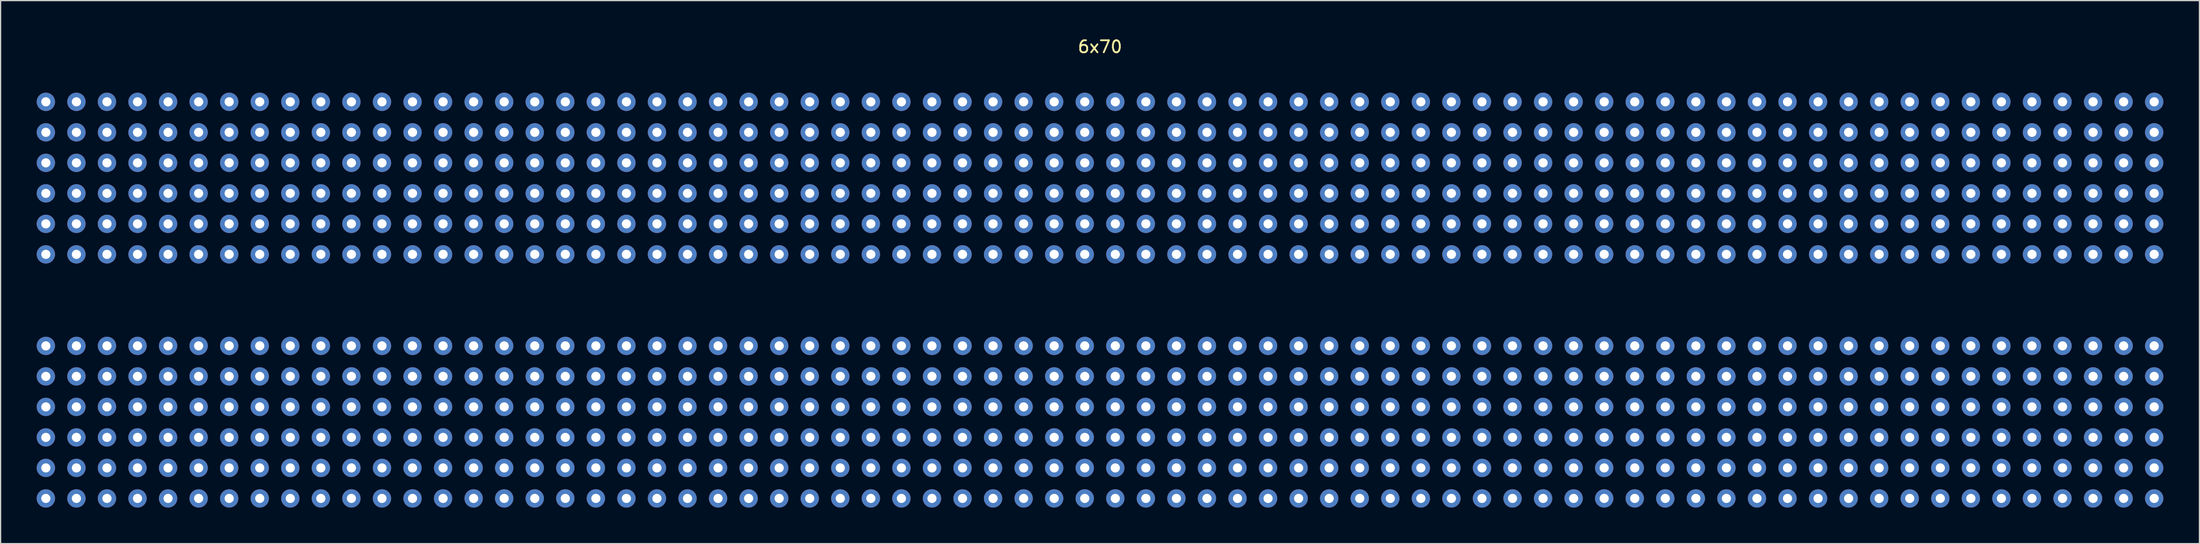
<source format=kicad_pcb>
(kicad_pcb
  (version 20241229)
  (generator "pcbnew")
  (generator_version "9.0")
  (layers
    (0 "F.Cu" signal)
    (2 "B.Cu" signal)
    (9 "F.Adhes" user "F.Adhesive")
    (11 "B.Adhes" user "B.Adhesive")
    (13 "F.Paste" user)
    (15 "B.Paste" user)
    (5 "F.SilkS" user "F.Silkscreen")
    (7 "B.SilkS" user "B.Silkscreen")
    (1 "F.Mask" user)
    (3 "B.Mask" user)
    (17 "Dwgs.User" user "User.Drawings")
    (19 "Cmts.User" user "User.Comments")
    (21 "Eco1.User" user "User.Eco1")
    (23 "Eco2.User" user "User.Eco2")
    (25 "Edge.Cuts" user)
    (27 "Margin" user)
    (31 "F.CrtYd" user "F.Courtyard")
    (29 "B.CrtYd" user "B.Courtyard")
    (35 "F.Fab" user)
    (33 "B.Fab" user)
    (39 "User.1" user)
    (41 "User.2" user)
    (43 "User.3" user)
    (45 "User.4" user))
  (footprint "6x70"
    (layer "F.Cu")
    (at 87.122 18.128)
    (property "Reference" "6x70" (at 1.27 -17.28 0) (layer "F.SilkS") (effects (font (size 1 1) (thickness 0.15))))
    (attr through_hole)
    (pad "1" thru_hole circle (at -86.36 -12.7) (size 1.524 1.524) (drill 0.762) (layers "*.Cu" "*.Mask"))
    (pad "1" thru_hole circle (at -86.36 -10.16) (size 1.524 1.524) (drill 0.762) (layers "*.Cu" "*.Mask"))
    (pad "1" thru_hole circle (at -86.36 -7.62) (size 1.524 1.524) (drill 0.762) (layers "*.Cu" "*.Mask"))
    (pad "1" thru_hole circle (at -86.36 -5.08) (size 1.524 1.524) (drill 0.762) (layers "*.Cu" "*.Mask"))
    (pad "1" thru_hole circle (at -86.36 -2.54) (size 1.524 1.524) (drill 0.762) (layers "*.Cu" "*.Mask"))
    (pad "1" thru_hole circle (at -86.36 0) (size 1.524 1.524) (drill 0.762) (layers "*.Cu" "*.Mask"))
    (pad "2" thru_hole circle (at -83.82 -12.7) (size 1.524 1.524) (drill 0.762) (layers "*.Cu" "*.Mask"))
    (pad "2" thru_hole circle (at -83.82 -10.16) (size 1.524 1.524) (drill 0.762) (layers "*.Cu" "*.Mask"))
    (pad "2" thru_hole circle (at -83.82 -7.62) (size 1.524 1.524) (drill 0.762) (layers "*.Cu" "*.Mask"))
    (pad "2" thru_hole circle (at -83.82 -5.08) (size 1.524 1.524) (drill 0.762) (layers "*.Cu" "*.Mask"))
    (pad "2" thru_hole circle (at -83.82 -2.54) (size 1.524 1.524) (drill 0.762) (layers "*.Cu" "*.Mask"))
    (pad "2" thru_hole circle (at -83.82 0) (size 1.524 1.524) (drill 0.762) (layers "*.Cu" "*.Mask"))
    (pad "3" thru_hole circle (at -81.28 -12.7) (size 1.524 1.524) (drill 0.762) (layers "*.Cu" "*.Mask"))
    (pad "3" thru_hole circle (at -81.28 -10.16) (size 1.524 1.524) (drill 0.762) (layers "*.Cu" "*.Mask"))
    (pad "3" thru_hole circle (at -81.28 -7.62) (size 1.524 1.524) (drill 0.762) (layers "*.Cu" "*.Mask"))
    (pad "3" thru_hole circle (at -81.28 -5.08) (size 1.524 1.524) (drill 0.762) (layers "*.Cu" "*.Mask"))
    (pad "3" thru_hole circle (at -81.28 -2.54) (size 1.524 1.524) (drill 0.762) (layers "*.Cu" "*.Mask"))
    (pad "3" thru_hole circle (at -81.28 0) (size 1.524 1.524) (drill 0.762) (layers "*.Cu" "*.Mask"))
    (pad "4" thru_hole circle (at -78.74 -12.7) (size 1.524 1.524) (drill 0.762) (layers "*.Cu" "*.Mask"))
    (pad "4" thru_hole circle (at -78.74 -10.16) (size 1.524 1.524) (drill 0.762) (layers "*.Cu" "*.Mask"))
    (pad "4" thru_hole circle (at -78.74 -7.62) (size 1.524 1.524) (drill 0.762) (layers "*.Cu" "*.Mask"))
    (pad "4" thru_hole circle (at -78.74 -5.08) (size 1.524 1.524) (drill 0.762) (layers "*.Cu" "*.Mask"))
    (pad "4" thru_hole circle (at -78.74 -2.54) (size 1.524 1.524) (drill 0.762) (layers "*.Cu" "*.Mask"))
    (pad "4" thru_hole circle (at -78.74 0) (size 1.524 1.524) (drill 0.762) (layers "*.Cu" "*.Mask"))
    (pad "5" thru_hole circle (at -76.2 -12.7) (size 1.524 1.524) (drill 0.762) (layers "*.Cu" "*.Mask"))
    (pad "5" thru_hole circle (at -76.2 -10.16) (size 1.524 1.524) (drill 0.762) (layers "*.Cu" "*.Mask"))
    (pad "5" thru_hole circle (at -76.2 -7.62) (size 1.524 1.524) (drill 0.762) (layers "*.Cu" "*.Mask"))
    (pad "5" thru_hole circle (at -76.2 -5.08) (size 1.524 1.524) (drill 0.762) (layers "*.Cu" "*.Mask"))
    (pad "5" thru_hole circle (at -76.2 -2.54) (size 1.524 1.524) (drill 0.762) (layers "*.Cu" "*.Mask"))
    (pad "5" thru_hole circle (at -76.2 0) (size 1.524 1.524) (drill 0.762) (layers "*.Cu" "*.Mask"))
    (pad "6" thru_hole circle (at -73.66 -12.7) (size 1.524 1.524) (drill 0.762) (layers "*.Cu" "*.Mask"))
    (pad "6" thru_hole circle (at -73.66 -10.16) (size 1.524 1.524) (drill 0.762) (layers "*.Cu" "*.Mask"))
    (pad "6" thru_hole circle (at -73.66 -7.62) (size 1.524 1.524) (drill 0.762) (layers "*.Cu" "*.Mask"))
    (pad "6" thru_hole circle (at -73.66 -5.08) (size 1.524 1.524) (drill 0.762) (layers "*.Cu" "*.Mask"))
    (pad "6" thru_hole circle (at -73.66 -2.54) (size 1.524 1.524) (drill 0.762) (layers "*.Cu" "*.Mask"))
    (pad "6" thru_hole circle (at -73.66 0) (size 1.524 1.524) (drill 0.762) (layers "*.Cu" "*.Mask"))
    (pad "7" thru_hole circle (at -71.12 -12.7) (size 1.524 1.524) (drill 0.762) (layers "*.Cu" "*.Mask"))
    (pad "7" thru_hole circle (at -71.12 -10.16) (size 1.524 1.524) (drill 0.762) (layers "*.Cu" "*.Mask"))
    (pad "7" thru_hole circle (at -71.12 -7.62) (size 1.524 1.524) (drill 0.762) (layers "*.Cu" "*.Mask"))
    (pad "7" thru_hole circle (at -71.12 -5.08) (size 1.524 1.524) (drill 0.762) (layers "*.Cu" "*.Mask"))
    (pad "7" thru_hole circle (at -71.12 -2.54) (size 1.524 1.524) (drill 0.762) (layers "*.Cu" "*.Mask"))
    (pad "7" thru_hole circle (at -71.12 0) (size 1.524 1.524) (drill 0.762) (layers "*.Cu" "*.Mask"))
    (pad "8" thru_hole circle (at -68.58 -12.7) (size 1.524 1.524) (drill 0.762) (layers "*.Cu" "*.Mask"))
    (pad "8" thru_hole circle (at -68.58 -10.16) (size 1.524 1.524) (drill 0.762) (layers "*.Cu" "*.Mask"))
    (pad "8" thru_hole circle (at -68.58 -7.62) (size 1.524 1.524) (drill 0.762) (layers "*.Cu" "*.Mask"))
    (pad "8" thru_hole circle (at -68.58 -5.08) (size 1.524 1.524) (drill 0.762) (layers "*.Cu" "*.Mask"))
    (pad "8" thru_hole circle (at -68.58 -2.54) (size 1.524 1.524) (drill 0.762) (layers "*.Cu" "*.Mask"))
    (pad "8" thru_hole circle (at -68.58 0) (size 1.524 1.524) (drill 0.762) (layers "*.Cu" "*.Mask"))
    (pad "9" thru_hole circle (at -66.04 -12.7) (size 1.524 1.524) (drill 0.762) (layers "*.Cu" "*.Mask"))
    (pad "9" thru_hole circle (at -66.04 -10.16) (size 1.524 1.524) (drill 0.762) (layers "*.Cu" "*.Mask"))
    (pad "9" thru_hole circle (at -66.04 -7.62) (size 1.524 1.524) (drill 0.762) (layers "*.Cu" "*.Mask"))
    (pad "9" thru_hole circle (at -66.04 -5.08) (size 1.524 1.524) (drill 0.762) (layers "*.Cu" "*.Mask"))
    (pad "9" thru_hole circle (at -66.04 -2.54) (size 1.524 1.524) (drill 0.762) (layers "*.Cu" "*.Mask"))
    (pad "9" thru_hole circle (at -66.04 0) (size 1.524 1.524) (drill 0.762) (layers "*.Cu" "*.Mask"))
    (pad "10" thru_hole circle (at -63.5 -12.7) (size 1.524 1.524) (drill 0.762) (layers "*.Cu" "*.Mask"))
    (pad "10" thru_hole circle (at -63.5 -10.16) (size 1.524 1.524) (drill 0.762) (layers "*.Cu" "*.Mask"))
    (pad "10" thru_hole circle (at -63.5 -7.62) (size 1.524 1.524) (drill 0.762) (layers "*.Cu" "*.Mask"))
    (pad "10" thru_hole circle (at -63.5 -5.08) (size 1.524 1.524) (drill 0.762) (layers "*.Cu" "*.Mask"))
    (pad "10" thru_hole circle (at -63.5 -2.54) (size 1.524 1.524) (drill 0.762) (layers "*.Cu" "*.Mask"))
    (pad "10" thru_hole circle (at -63.5 0) (size 1.524 1.524) (drill 0.762) (layers "*.Cu" "*.Mask"))
    (pad "11" thru_hole circle (at -60.96 -12.7) (size 1.524 1.524) (drill 0.762) (layers "*.Cu" "*.Mask"))
    (pad "11" thru_hole circle (at -60.96 -10.16) (size 1.524 1.524) (drill 0.762) (layers "*.Cu" "*.Mask"))
    (pad "11" thru_hole circle (at -60.96 -7.62) (size 1.524 1.524) (drill 0.762) (layers "*.Cu" "*.Mask"))
    (pad "11" thru_hole circle (at -60.96 -5.08) (size 1.524 1.524) (drill 0.762) (layers "*.Cu" "*.Mask"))
    (pad "11" thru_hole circle (at -60.96 -2.54) (size 1.524 1.524) (drill 0.762) (layers "*.Cu" "*.Mask"))
    (pad "11" thru_hole circle (at -60.96 0) (size 1.524 1.524) (drill 0.762) (layers "*.Cu" "*.Mask"))
    (pad "12" thru_hole circle (at -58.42 -12.7) (size 1.524 1.524) (drill 0.762) (layers "*.Cu" "*.Mask"))
    (pad "12" thru_hole circle (at -58.42 -10.16) (size 1.524 1.524) (drill 0.762) (layers "*.Cu" "*.Mask"))
    (pad "12" thru_hole circle (at -58.42 -7.62) (size 1.524 1.524) (drill 0.762) (layers "*.Cu" "*.Mask"))
    (pad "12" thru_hole circle (at -58.42 -5.08) (size 1.524 1.524) (drill 0.762) (layers "*.Cu" "*.Mask"))
    (pad "12" thru_hole circle (at -58.42 -2.54) (size 1.524 1.524) (drill 0.762) (layers "*.Cu" "*.Mask"))
    (pad "12" thru_hole circle (at -58.42 0) (size 1.524 1.524) (drill 0.762) (layers "*.Cu" "*.Mask"))
    (pad "13" thru_hole circle (at -55.88 -12.7) (size 1.524 1.524) (drill 0.762) (layers "*.Cu" "*.Mask"))
    (pad "13" thru_hole circle (at -55.88 -10.16) (size 1.524 1.524) (drill 0.762) (layers "*.Cu" "*.Mask"))
    (pad "13" thru_hole circle (at -55.88 -7.62) (size 1.524 1.524) (drill 0.762) (layers "*.Cu" "*.Mask"))
    (pad "13" thru_hole circle (at -55.88 -5.08) (size 1.524 1.524) (drill 0.762) (layers "*.Cu" "*.Mask"))
    (pad "13" thru_hole circle (at -55.88 -2.54) (size 1.524 1.524) (drill 0.762) (layers "*.Cu" "*.Mask"))
    (pad "13" thru_hole circle (at -55.88 0) (size 1.524 1.524) (drill 0.762) (layers "*.Cu" "*.Mask"))
    (pad "14" thru_hole circle (at -53.34 -12.7) (size 1.524 1.524) (drill 0.762) (layers "*.Cu" "*.Mask"))
    (pad "14" thru_hole circle (at -53.34 -10.16) (size 1.524 1.524) (drill 0.762) (layers "*.Cu" "*.Mask"))
    (pad "14" thru_hole circle (at -53.34 -7.62) (size 1.524 1.524) (drill 0.762) (layers "*.Cu" "*.Mask"))
    (pad "14" thru_hole circle (at -53.34 -5.08) (size 1.524 1.524) (drill 0.762) (layers "*.Cu" "*.Mask"))
    (pad "14" thru_hole circle (at -53.34 -2.54) (size 1.524 1.524) (drill 0.762) (layers "*.Cu" "*.Mask"))
    (pad "14" thru_hole circle (at -53.34 0) (size 1.524 1.524) (drill 0.762) (layers "*.Cu" "*.Mask"))
    (pad "15" thru_hole circle (at -50.8 -12.7) (size 1.524 1.524) (drill 0.762) (layers "*.Cu" "*.Mask"))
    (pad "15" thru_hole circle (at -50.8 -10.16) (size 1.524 1.524) (drill 0.762) (layers "*.Cu" "*.Mask"))
    (pad "15" thru_hole circle (at -50.8 -7.62) (size 1.524 1.524) (drill 0.762) (layers "*.Cu" "*.Mask"))
    (pad "15" thru_hole circle (at -50.8 -5.08) (size 1.524 1.524) (drill 0.762) (layers "*.Cu" "*.Mask"))
    (pad "15" thru_hole circle (at -50.8 -2.54) (size 1.524 1.524) (drill 0.762) (layers "*.Cu" "*.Mask"))
    (pad "15" thru_hole circle (at -50.8 0) (size 1.524 1.524) (drill 0.762) (layers "*.Cu" "*.Mask"))
    (pad "16" thru_hole circle (at -48.26 -12.7) (size 1.524 1.524) (drill 0.762) (layers "*.Cu" "*.Mask"))
    (pad "16" thru_hole circle (at -48.26 -10.16) (size 1.524 1.524) (drill 0.762) (layers "*.Cu" "*.Mask"))
    (pad "16" thru_hole circle (at -48.26 -7.62) (size 1.524 1.524) (drill 0.762) (layers "*.Cu" "*.Mask"))
    (pad "16" thru_hole circle (at -48.26 -5.08) (size 1.524 1.524) (drill 0.762) (layers "*.Cu" "*.Mask"))
    (pad "16" thru_hole circle (at -48.26 -2.54) (size 1.524 1.524) (drill 0.762) (layers "*.Cu" "*.Mask"))
    (pad "16" thru_hole circle (at -48.26 0) (size 1.524 1.524) (drill 0.762) (layers "*.Cu" "*.Mask"))
    (pad "17" thru_hole circle (at -45.72 -12.7) (size 1.524 1.524) (drill 0.762) (layers "*.Cu" "*.Mask"))
    (pad "17" thru_hole circle (at -45.72 -10.16) (size 1.524 1.524) (drill 0.762) (layers "*.Cu" "*.Mask"))
    (pad "17" thru_hole circle (at -45.72 -7.62) (size 1.524 1.524) (drill 0.762) (layers "*.Cu" "*.Mask"))
    (pad "17" thru_hole circle (at -45.72 -5.08) (size 1.524 1.524) (drill 0.762) (layers "*.Cu" "*.Mask"))
    (pad "17" thru_hole circle (at -45.72 -2.54) (size 1.524 1.524) (drill 0.762) (layers "*.Cu" "*.Mask"))
    (pad "17" thru_hole circle (at -45.72 0) (size 1.524 1.524) (drill 0.762) (layers "*.Cu" "*.Mask"))
    (pad "18" thru_hole circle (at -43.18 -12.7) (size 1.524 1.524) (drill 0.762) (layers "*.Cu" "*.Mask"))
    (pad "18" thru_hole circle (at -43.18 -10.16) (size 1.524 1.524) (drill 0.762) (layers "*.Cu" "*.Mask"))
    (pad "18" thru_hole circle (at -43.18 -7.62) (size 1.524 1.524) (drill 0.762) (layers "*.Cu" "*.Mask"))
    (pad "18" thru_hole circle (at -43.18 -5.08) (size 1.524 1.524) (drill 0.762) (layers "*.Cu" "*.Mask"))
    (pad "18" thru_hole circle (at -43.18 -2.54) (size 1.524 1.524) (drill 0.762) (layers "*.Cu" "*.Mask"))
    (pad "18" thru_hole circle (at -43.18 0) (size 1.524 1.524) (drill 0.762) (layers "*.Cu" "*.Mask"))
    (pad "19" thru_hole circle (at -40.64 -12.7) (size 1.524 1.524) (drill 0.762) (layers "*.Cu" "*.Mask"))
    (pad "19" thru_hole circle (at -40.64 -10.16) (size 1.524 1.524) (drill 0.762) (layers "*.Cu" "*.Mask"))
    (pad "19" thru_hole circle (at -40.64 -7.62) (size 1.524 1.524) (drill 0.762) (layers "*.Cu" "*.Mask"))
    (pad "19" thru_hole circle (at -40.64 -5.08) (size 1.524 1.524) (drill 0.762) (layers "*.Cu" "*.Mask"))
    (pad "19" thru_hole circle (at -40.64 -2.54) (size 1.524 1.524) (drill 0.762) (layers "*.Cu" "*.Mask"))
    (pad "19" thru_hole circle (at -40.64 0) (size 1.524 1.524) (drill 0.762) (layers "*.Cu" "*.Mask"))
    (pad "20" thru_hole circle (at -38.1 -12.7) (size 1.524 1.524) (drill 0.762) (layers "*.Cu" "*.Mask"))
    (pad "20" thru_hole circle (at -38.1 -10.16) (size 1.524 1.524) (drill 0.762) (layers "*.Cu" "*.Mask"))
    (pad "20" thru_hole circle (at -38.1 -7.62) (size 1.524 1.524) (drill 0.762) (layers "*.Cu" "*.Mask"))
    (pad "20" thru_hole circle (at -38.1 -5.08) (size 1.524 1.524) (drill 0.762) (layers "*.Cu" "*.Mask"))
    (pad "20" thru_hole circle (at -38.1 -2.54) (size 1.524 1.524) (drill 0.762) (layers "*.Cu" "*.Mask"))
    (pad "20" thru_hole circle (at -38.1 0) (size 1.524 1.524) (drill 0.762) (layers "*.Cu" "*.Mask"))
    (pad "21" thru_hole circle (at -35.56 -12.7) (size 1.524 1.524) (drill 0.762) (layers "*.Cu" "*.Mask"))
    (pad "21" thru_hole circle (at -35.56 -10.16) (size 1.524 1.524) (drill 0.762) (layers "*.Cu" "*.Mask"))
    (pad "21" thru_hole circle (at -35.56 -7.62) (size 1.524 1.524) (drill 0.762) (layers "*.Cu" "*.Mask"))
    (pad "21" thru_hole circle (at -35.56 -5.08) (size 1.524 1.524) (drill 0.762) (layers "*.Cu" "*.Mask"))
    (pad "21" thru_hole circle (at -35.56 -2.54) (size 1.524 1.524) (drill 0.762) (layers "*.Cu" "*.Mask"))
    (pad "21" thru_hole circle (at -35.56 0) (size 1.524 1.524) (drill 0.762) (layers "*.Cu" "*.Mask"))
    (pad "22" thru_hole circle (at -33.02 -12.7) (size 1.524 1.524) (drill 0.762) (layers "*.Cu" "*.Mask"))
    (pad "22" thru_hole circle (at -33.02 -10.16) (size 1.524 1.524) (drill 0.762) (layers "*.Cu" "*.Mask"))
    (pad "22" thru_hole circle (at -33.02 -7.62) (size 1.524 1.524) (drill 0.762) (layers "*.Cu" "*.Mask"))
    (pad "22" thru_hole circle (at -33.02 -5.08) (size 1.524 1.524) (drill 0.762) (layers "*.Cu" "*.Mask"))
    (pad "22" thru_hole circle (at -33.02 -2.54) (size 1.524 1.524) (drill 0.762) (layers "*.Cu" "*.Mask"))
    (pad "22" thru_hole circle (at -33.02 0) (size 1.524 1.524) (drill 0.762) (layers "*.Cu" "*.Mask"))
    (pad "23" thru_hole circle (at -30.48 -12.7) (size 1.524 1.524) (drill 0.762) (layers "*.Cu" "*.Mask"))
    (pad "23" thru_hole circle (at -30.48 -10.16) (size 1.524 1.524) (drill 0.762) (layers "*.Cu" "*.Mask"))
    (pad "23" thru_hole circle (at -30.48 -7.62) (size 1.524 1.524) (drill 0.762) (layers "*.Cu" "*.Mask"))
    (pad "23" thru_hole circle (at -30.48 -5.08) (size 1.524 1.524) (drill 0.762) (layers "*.Cu" "*.Mask"))
    (pad "23" thru_hole circle (at -30.48 -2.54) (size 1.524 1.524) (drill 0.762) (layers "*.Cu" "*.Mask"))
    (pad "23" thru_hole circle (at -30.48 0) (size 1.524 1.524) (drill 0.762) (layers "*.Cu" "*.Mask"))
    (pad "24" thru_hole circle (at -27.94 -12.7) (size 1.524 1.524) (drill 0.762) (layers "*.Cu" "*.Mask"))
    (pad "24" thru_hole circle (at -27.94 -10.16) (size 1.524 1.524) (drill 0.762) (layers "*.Cu" "*.Mask"))
    (pad "24" thru_hole circle (at -27.94 -7.62) (size 1.524 1.524) (drill 0.762) (layers "*.Cu" "*.Mask"))
    (pad "24" thru_hole circle (at -27.94 -5.08) (size 1.524 1.524) (drill 0.762) (layers "*.Cu" "*.Mask"))
    (pad "24" thru_hole circle (at -27.94 -2.54) (size 1.524 1.524) (drill 0.762) (layers "*.Cu" "*.Mask"))
    (pad "24" thru_hole circle (at -27.94 0) (size 1.524 1.524) (drill 0.762) (layers "*.Cu" "*.Mask"))
    (pad "25" thru_hole circle (at -25.4 -12.7) (size 1.524 1.524) (drill 0.762) (layers "*.Cu" "*.Mask"))
    (pad "25" thru_hole circle (at -25.4 -10.16) (size 1.524 1.524) (drill 0.762) (layers "*.Cu" "*.Mask"))
    (pad "25" thru_hole circle (at -25.4 -7.62) (size 1.524 1.524) (drill 0.762) (layers "*.Cu" "*.Mask"))
    (pad "25" thru_hole circle (at -25.4 -5.08) (size 1.524 1.524) (drill 0.762) (layers "*.Cu" "*.Mask"))
    (pad "25" thru_hole circle (at -25.4 -2.54) (size 1.524 1.524) (drill 0.762) (layers "*.Cu" "*.Mask"))
    (pad "25" thru_hole circle (at -25.4 0) (size 1.524 1.524) (drill 0.762) (layers "*.Cu" "*.Mask"))
    (pad "26" thru_hole circle (at -22.86 -12.7) (size 1.524 1.524) (drill 0.762) (layers "*.Cu" "*.Mask"))
    (pad "26" thru_hole circle (at -22.86 -10.16) (size 1.524 1.524) (drill 0.762) (layers "*.Cu" "*.Mask"))
    (pad "26" thru_hole circle (at -22.86 -7.62) (size 1.524 1.524) (drill 0.762) (layers "*.Cu" "*.Mask"))
    (pad "26" thru_hole circle (at -22.86 -5.08) (size 1.524 1.524) (drill 0.762) (layers "*.Cu" "*.Mask"))
    (pad "26" thru_hole circle (at -22.86 -2.54) (size 1.524 1.524) (drill 0.762) (layers "*.Cu" "*.Mask"))
    (pad "26" thru_hole circle (at -22.86 0) (size 1.524 1.524) (drill 0.762) (layers "*.Cu" "*.Mask"))
    (pad "27" thru_hole circle (at -20.32 -12.7) (size 1.524 1.524) (drill 0.762) (layers "*.Cu" "*.Mask"))
    (pad "27" thru_hole circle (at -20.32 -10.16) (size 1.524 1.524) (drill 0.762) (layers "*.Cu" "*.Mask"))
    (pad "27" thru_hole circle (at -20.32 -7.62) (size 1.524 1.524) (drill 0.762) (layers "*.Cu" "*.Mask"))
    (pad "27" thru_hole circle (at -20.32 -5.08) (size 1.524 1.524) (drill 0.762) (layers "*.Cu" "*.Mask"))
    (pad "27" thru_hole circle (at -20.32 -2.54) (size 1.524 1.524) (drill 0.762) (layers "*.Cu" "*.Mask"))
    (pad "27" thru_hole circle (at -20.32 0) (size 1.524 1.524) (drill 0.762) (layers "*.Cu" "*.Mask"))
    (pad "28" thru_hole circle (at -17.78 -12.7) (size 1.524 1.524) (drill 0.762) (layers "*.Cu" "*.Mask"))
    (pad "28" thru_hole circle (at -17.78 -10.16) (size 1.524 1.524) (drill 0.762) (layers "*.Cu" "*.Mask"))
    (pad "28" thru_hole circle (at -17.78 -7.62) (size 1.524 1.524) (drill 0.762) (layers "*.Cu" "*.Mask"))
    (pad "28" thru_hole circle (at -17.78 -5.08) (size 1.524 1.524) (drill 0.762) (layers "*.Cu" "*.Mask"))
    (pad "28" thru_hole circle (at -17.78 -2.54) (size 1.524 1.524) (drill 0.762) (layers "*.Cu" "*.Mask"))
    (pad "28" thru_hole circle (at -17.78 0) (size 1.524 1.524) (drill 0.762) (layers "*.Cu" "*.Mask"))
    (pad "29" thru_hole circle (at -15.24 -12.7) (size 1.524 1.524) (drill 0.762) (layers "*.Cu" "*.Mask"))
    (pad "29" thru_hole circle (at -15.24 -10.16) (size 1.524 1.524) (drill 0.762) (layers "*.Cu" "*.Mask"))
    (pad "29" thru_hole circle (at -15.24 -7.62) (size 1.524 1.524) (drill 0.762) (layers "*.Cu" "*.Mask"))
    (pad "29" thru_hole circle (at -15.24 -5.08) (size 1.524 1.524) (drill 0.762) (layers "*.Cu" "*.Mask"))
    (pad "29" thru_hole circle (at -15.24 -2.54) (size 1.524 1.524) (drill 0.762) (layers "*.Cu" "*.Mask"))
    (pad "29" thru_hole circle (at -15.24 0) (size 1.524 1.524) (drill 0.762) (layers "*.Cu" "*.Mask"))
    (pad "30" thru_hole circle (at -12.7 -12.7) (size 1.524 1.524) (drill 0.762) (layers "*.Cu" "*.Mask"))
    (pad "30" thru_hole circle (at -12.7 -10.16) (size 1.524 1.524) (drill 0.762) (layers "*.Cu" "*.Mask"))
    (pad "30" thru_hole circle (at -12.7 -7.62) (size 1.524 1.524) (drill 0.762) (layers "*.Cu" "*.Mask"))
    (pad "30" thru_hole circle (at -12.7 -5.08) (size 1.524 1.524) (drill 0.762) (layers "*.Cu" "*.Mask"))
    (pad "30" thru_hole circle (at -12.7 -2.54) (size 1.524 1.524) (drill 0.762) (layers "*.Cu" "*.Mask"))
    (pad "30" thru_hole circle (at -12.7 0) (size 1.524 1.524) (drill 0.762) (layers "*.Cu" "*.Mask"))
    (pad "31" thru_hole circle (at -10.16 -12.7) (size 1.524 1.524) (drill 0.762) (layers "*.Cu" "*.Mask"))
    (pad "31" thru_hole circle (at -10.16 -10.16) (size 1.524 1.524) (drill 0.762) (layers "*.Cu" "*.Mask"))
    (pad "31" thru_hole circle (at -10.16 -7.62) (size 1.524 1.524) (drill 0.762) (layers "*.Cu" "*.Mask"))
    (pad "31" thru_hole circle (at -10.16 -5.08) (size 1.524 1.524) (drill 0.762) (layers "*.Cu" "*.Mask"))
    (pad "31" thru_hole circle (at -10.16 -2.54) (size 1.524 1.524) (drill 0.762) (layers "*.Cu" "*.Mask"))
    (pad "31" thru_hole circle (at -10.16 0) (size 1.524 1.524) (drill 0.762) (layers "*.Cu" "*.Mask"))
    (pad "32" thru_hole circle (at -7.62 -12.7) (size 1.524 1.524) (drill 0.762) (layers "*.Cu" "*.Mask"))
    (pad "32" thru_hole circle (at -7.62 -10.16) (size 1.524 1.524) (drill 0.762) (layers "*.Cu" "*.Mask"))
    (pad "32" thru_hole circle (at -7.62 -7.62) (size 1.524 1.524) (drill 0.762) (layers "*.Cu" "*.Mask"))
    (pad "32" thru_hole circle (at -7.62 -5.08) (size 1.524 1.524) (drill 0.762) (layers "*.Cu" "*.Mask"))
    (pad "32" thru_hole circle (at -7.62 -2.54) (size 1.524 1.524) (drill 0.762) (layers "*.Cu" "*.Mask"))
    (pad "32" thru_hole circle (at -7.62 0) (size 1.524 1.524) (drill 0.762) (layers "*.Cu" "*.Mask"))
    (pad "33" thru_hole circle (at -5.08 -12.7) (size 1.524 1.524) (drill 0.762) (layers "*.Cu" "*.Mask"))
    (pad "33" thru_hole circle (at -5.08 -10.16) (size 1.524 1.524) (drill 0.762) (layers "*.Cu" "*.Mask"))
    (pad "33" thru_hole circle (at -5.08 -7.62) (size 1.524 1.524) (drill 0.762) (layers "*.Cu" "*.Mask"))
    (pad "33" thru_hole circle (at -5.08 -5.08) (size 1.524 1.524) (drill 0.762) (layers "*.Cu" "*.Mask"))
    (pad "33" thru_hole circle (at -5.08 -2.54) (size 1.524 1.524) (drill 0.762) (layers "*.Cu" "*.Mask"))
    (pad "33" thru_hole circle (at -5.08 0) (size 1.524 1.524) (drill 0.762) (layers "*.Cu" "*.Mask"))
    (pad "34" thru_hole circle (at -2.54 -12.7) (size 1.524 1.524) (drill 0.762) (layers "*.Cu" "*.Mask"))
    (pad "34" thru_hole circle (at -2.54 -10.16) (size 1.524 1.524) (drill 0.762) (layers "*.Cu" "*.Mask"))
    (pad "34" thru_hole circle (at -2.54 -7.62) (size 1.524 1.524) (drill 0.762) (layers "*.Cu" "*.Mask"))
    (pad "34" thru_hole circle (at -2.54 -5.08) (size 1.524 1.524) (drill 0.762) (layers "*.Cu" "*.Mask"))
    (pad "34" thru_hole circle (at -2.54 -2.54) (size 1.524 1.524) (drill 0.762) (layers "*.Cu" "*.Mask"))
    (pad "34" thru_hole circle (at -2.54 0) (size 1.524 1.524) (drill 0.762) (layers "*.Cu" "*.Mask"))
    (pad "35" thru_hole circle (at 0 -12.7) (size 1.524 1.524) (drill 0.762) (layers "*.Cu" "*.Mask"))
    (pad "35" thru_hole circle (at 0 -10.16) (size 1.524 1.524) (drill 0.762) (layers "*.Cu" "*.Mask"))
    (pad "35" thru_hole circle (at 0 -7.62) (size 1.524 1.524) (drill 0.762) (layers "*.Cu" "*.Mask"))
    (pad "35" thru_hole circle (at 0 -5.08) (size 1.524 1.524) (drill 0.762) (layers "*.Cu" "*.Mask"))
    (pad "35" thru_hole circle (at 0 -2.54) (size 1.524 1.524) (drill 0.762) (layers "*.Cu" "*.Mask"))
    (pad "35" thru_hole circle (at 0 0) (size 1.524 1.524) (drill 0.762) (layers "*.Cu" "*.Mask"))
    (pad "36" thru_hole circle (at 2.54 -12.7) (size 1.524 1.524) (drill 0.762) (layers "*.Cu" "*.Mask"))
    (pad "36" thru_hole circle (at 2.54 -10.16) (size 1.524 1.524) (drill 0.762) (layers "*.Cu" "*.Mask"))
    (pad "36" thru_hole circle (at 2.54 -7.62) (size 1.524 1.524) (drill 0.762) (layers "*.Cu" "*.Mask"))
    (pad "36" thru_hole circle (at 2.54 -5.08) (size 1.524 1.524) (drill 0.762) (layers "*.Cu" "*.Mask"))
    (pad "36" thru_hole circle (at 2.54 -2.54) (size 1.524 1.524) (drill 0.762) (layers "*.Cu" "*.Mask"))
    (pad "36" thru_hole circle (at 2.54 0) (size 1.524 1.524) (drill 0.762) (layers "*.Cu" "*.Mask"))
    (pad "37" thru_hole circle (at 5.08 -12.7) (size 1.524 1.524) (drill 0.762) (layers "*.Cu" "*.Mask"))
    (pad "37" thru_hole circle (at 5.08 -10.16) (size 1.524 1.524) (drill 0.762) (layers "*.Cu" "*.Mask"))
    (pad "37" thru_hole circle (at 5.08 -7.62) (size 1.524 1.524) (drill 0.762) (layers "*.Cu" "*.Mask"))
    (pad "37" thru_hole circle (at 5.08 -5.08) (size 1.524 1.524) (drill 0.762) (layers "*.Cu" "*.Mask"))
    (pad "37" thru_hole circle (at 5.08 -2.54) (size 1.524 1.524) (drill 0.762) (layers "*.Cu" "*.Mask"))
    (pad "37" thru_hole circle (at 5.08 0) (size 1.524 1.524) (drill 0.762) (layers "*.Cu" "*.Mask"))
    (pad "38" thru_hole circle (at 7.62 -12.7) (size 1.524 1.524) (drill 0.762) (layers "*.Cu" "*.Mask"))
    (pad "38" thru_hole circle (at 7.62 -10.16) (size 1.524 1.524) (drill 0.762) (layers "*.Cu" "*.Mask"))
    (pad "38" thru_hole circle (at 7.62 -7.62) (size 1.524 1.524) (drill 0.762) (layers "*.Cu" "*.Mask"))
    (pad "38" thru_hole circle (at 7.62 -5.08) (size 1.524 1.524) (drill 0.762) (layers "*.Cu" "*.Mask"))
    (pad "38" thru_hole circle (at 7.62 -2.54) (size 1.524 1.524) (drill 0.762) (layers "*.Cu" "*.Mask"))
    (pad "38" thru_hole circle (at 7.62 0) (size 1.524 1.524) (drill 0.762) (layers "*.Cu" "*.Mask"))
    (pad "39" thru_hole circle (at 10.16 -12.7) (size 1.524 1.524) (drill 0.762) (layers "*.Cu" "*.Mask"))
    (pad "39" thru_hole circle (at 10.16 -10.16) (size 1.524 1.524) (drill 0.762) (layers "*.Cu" "*.Mask"))
    (pad "39" thru_hole circle (at 10.16 -7.62) (size 1.524 1.524) (drill 0.762) (layers "*.Cu" "*.Mask"))
    (pad "39" thru_hole circle (at 10.16 -5.08) (size 1.524 1.524) (drill 0.762) (layers "*.Cu" "*.Mask"))
    (pad "39" thru_hole circle (at 10.16 -2.54) (size 1.524 1.524) (drill 0.762) (layers "*.Cu" "*.Mask"))
    (pad "39" thru_hole circle (at 10.16 0) (size 1.524 1.524) (drill 0.762) (layers "*.Cu" "*.Mask"))
    (pad "40" thru_hole circle (at 12.7 -12.7) (size 1.524 1.524) (drill 0.762) (layers "*.Cu" "*.Mask"))
    (pad "40" thru_hole circle (at 12.7 -10.16) (size 1.524 1.524) (drill 0.762) (layers "*.Cu" "*.Mask"))
    (pad "40" thru_hole circle (at 12.7 -7.62) (size 1.524 1.524) (drill 0.762) (layers "*.Cu" "*.Mask"))
    (pad "40" thru_hole circle (at 12.7 -5.08) (size 1.524 1.524) (drill 0.762) (layers "*.Cu" "*.Mask"))
    (pad "40" thru_hole circle (at 12.7 -2.54) (size 1.524 1.524) (drill 0.762) (layers "*.Cu" "*.Mask"))
    (pad "40" thru_hole circle (at 12.7 0) (size 1.524 1.524) (drill 0.762) (layers "*.Cu" "*.Mask"))
    (pad "41" thru_hole circle (at 15.24 -12.7) (size 1.524 1.524) (drill 0.762) (layers "*.Cu" "*.Mask"))
    (pad "41" thru_hole circle (at 15.24 -10.16) (size 1.524 1.524) (drill 0.762) (layers "*.Cu" "*.Mask"))
    (pad "41" thru_hole circle (at 15.24 -7.62) (size 1.524 1.524) (drill 0.762) (layers "*.Cu" "*.Mask"))
    (pad "41" thru_hole circle (at 15.24 -5.08) (size 1.524 1.524) (drill 0.762) (layers "*.Cu" "*.Mask"))
    (pad "41" thru_hole circle (at 15.24 -2.54) (size 1.524 1.524) (drill 0.762) (layers "*.Cu" "*.Mask"))
    (pad "41" thru_hole circle (at 15.24 0) (size 1.524 1.524) (drill 0.762) (layers "*.Cu" "*.Mask"))
    (pad "42" thru_hole circle (at 17.78 -12.7) (size 1.524 1.524) (drill 0.762) (layers "*.Cu" "*.Mask"))
    (pad "42" thru_hole circle (at 17.78 -10.16) (size 1.524 1.524) (drill 0.762) (layers "*.Cu" "*.Mask"))
    (pad "42" thru_hole circle (at 17.78 -7.62) (size 1.524 1.524) (drill 0.762) (layers "*.Cu" "*.Mask"))
    (pad "42" thru_hole circle (at 17.78 -5.08) (size 1.524 1.524) (drill 0.762) (layers "*.Cu" "*.Mask"))
    (pad "42" thru_hole circle (at 17.78 -2.54) (size 1.524 1.524) (drill 0.762) (layers "*.Cu" "*.Mask"))
    (pad "42" thru_hole circle (at 17.78 0) (size 1.524 1.524) (drill 0.762) (layers "*.Cu" "*.Mask"))
    (pad "43" thru_hole circle (at 20.32 -12.7) (size 1.524 1.524) (drill 0.762) (layers "*.Cu" "*.Mask"))
    (pad "43" thru_hole circle (at 20.32 -10.16) (size 1.524 1.524) (drill 0.762) (layers "*.Cu" "*.Mask"))
    (pad "43" thru_hole circle (at 20.32 -7.62) (size 1.524 1.524) (drill 0.762) (layers "*.Cu" "*.Mask"))
    (pad "43" thru_hole circle (at 20.32 -5.08) (size 1.524 1.524) (drill 0.762) (layers "*.Cu" "*.Mask"))
    (pad "43" thru_hole circle (at 20.32 -2.54) (size 1.524 1.524) (drill 0.762) (layers "*.Cu" "*.Mask"))
    (pad "43" thru_hole circle (at 20.32 0) (size 1.524 1.524) (drill 0.762) (layers "*.Cu" "*.Mask"))
    (pad "44" thru_hole circle (at 22.86 -12.7) (size 1.524 1.524) (drill 0.762) (layers "*.Cu" "*.Mask"))
    (pad "44" thru_hole circle (at 22.86 -10.16) (size 1.524 1.524) (drill 0.762) (layers "*.Cu" "*.Mask"))
    (pad "44" thru_hole circle (at 22.86 -7.62) (size 1.524 1.524) (drill 0.762) (layers "*.Cu" "*.Mask"))
    (pad "44" thru_hole circle (at 22.86 -5.08) (size 1.524 1.524) (drill 0.762) (layers "*.Cu" "*.Mask"))
    (pad "44" thru_hole circle (at 22.86 -2.54) (size 1.524 1.524) (drill 0.762) (layers "*.Cu" "*.Mask"))
    (pad "44" thru_hole circle (at 22.86 0) (size 1.524 1.524) (drill 0.762) (layers "*.Cu" "*.Mask"))
    (pad "45" thru_hole circle (at 25.4 -12.7) (size 1.524 1.524) (drill 0.762) (layers "*.Cu" "*.Mask"))
    (pad "45" thru_hole circle (at 25.4 -10.16) (size 1.524 1.524) (drill 0.762) (layers "*.Cu" "*.Mask"))
    (pad "45" thru_hole circle (at 25.4 -7.62) (size 1.524 1.524) (drill 0.762) (layers "*.Cu" "*.Mask"))
    (pad "45" thru_hole circle (at 25.4 -5.08) (size 1.524 1.524) (drill 0.762) (layers "*.Cu" "*.Mask"))
    (pad "45" thru_hole circle (at 25.4 -2.54) (size 1.524 1.524) (drill 0.762) (layers "*.Cu" "*.Mask"))
    (pad "45" thru_hole circle (at 25.4 0) (size 1.524 1.524) (drill 0.762) (layers "*.Cu" "*.Mask"))
    (pad "46" thru_hole circle (at 27.94 -12.7) (size 1.524 1.524) (drill 0.762) (layers "*.Cu" "*.Mask"))
    (pad "46" thru_hole circle (at 27.94 -10.16) (size 1.524 1.524) (drill 0.762) (layers "*.Cu" "*.Mask"))
    (pad "46" thru_hole circle (at 27.94 -7.62) (size 1.524 1.524) (drill 0.762) (layers "*.Cu" "*.Mask"))
    (pad "46" thru_hole circle (at 27.94 -5.08) (size 1.524 1.524) (drill 0.762) (layers "*.Cu" "*.Mask"))
    (pad "46" thru_hole circle (at 27.94 -2.54) (size 1.524 1.524) (drill 0.762) (layers "*.Cu" "*.Mask"))
    (pad "46" thru_hole circle (at 27.94 0) (size 1.524 1.524) (drill 0.762) (layers "*.Cu" "*.Mask"))
    (pad "47" thru_hole circle (at 30.48 -12.7) (size 1.524 1.524) (drill 0.762) (layers "*.Cu" "*.Mask"))
    (pad "47" thru_hole circle (at 30.48 -10.16) (size 1.524 1.524) (drill 0.762) (layers "*.Cu" "*.Mask"))
    (pad "47" thru_hole circle (at 30.48 -7.62) (size 1.524 1.524) (drill 0.762) (layers "*.Cu" "*.Mask"))
    (pad "47" thru_hole circle (at 30.48 -5.08) (size 1.524 1.524) (drill 0.762) (layers "*.Cu" "*.Mask"))
    (pad "47" thru_hole circle (at 30.48 -2.54) (size 1.524 1.524) (drill 0.762) (layers "*.Cu" "*.Mask"))
    (pad "47" thru_hole circle (at 30.48 0) (size 1.524 1.524) (drill 0.762) (layers "*.Cu" "*.Mask"))
    (pad "48" thru_hole circle (at 33.02 -12.7) (size 1.524 1.524) (drill 0.762) (layers "*.Cu" "*.Mask"))
    (pad "48" thru_hole circle (at 33.02 -10.16) (size 1.524 1.524) (drill 0.762) (layers "*.Cu" "*.Mask"))
    (pad "48" thru_hole circle (at 33.02 -7.62) (size 1.524 1.524) (drill 0.762) (layers "*.Cu" "*.Mask"))
    (pad "48" thru_hole circle (at 33.02 -5.08) (size 1.524 1.524) (drill 0.762) (layers "*.Cu" "*.Mask"))
    (pad "48" thru_hole circle (at 33.02 -2.54) (size 1.524 1.524) (drill 0.762) (layers "*.Cu" "*.Mask"))
    (pad "48" thru_hole circle (at 33.02 0) (size 1.524 1.524) (drill 0.762) (layers "*.Cu" "*.Mask"))
    (pad "49" thru_hole circle (at 35.56 -12.7) (size 1.524 1.524) (drill 0.762) (layers "*.Cu" "*.Mask"))
    (pad "49" thru_hole circle (at 35.56 -10.16) (size 1.524 1.524) (drill 0.762) (layers "*.Cu" "*.Mask"))
    (pad "49" thru_hole circle (at 35.56 -7.62) (size 1.524 1.524) (drill 0.762) (layers "*.Cu" "*.Mask"))
    (pad "49" thru_hole circle (at 35.56 -5.08) (size 1.524 1.524) (drill 0.762) (layers "*.Cu" "*.Mask"))
    (pad "49" thru_hole circle (at 35.56 -2.54) (size 1.524 1.524) (drill 0.762) (layers "*.Cu" "*.Mask"))
    (pad "49" thru_hole circle (at 35.56 0) (size 1.524 1.524) (drill 0.762) (layers "*.Cu" "*.Mask"))
    (pad "50" thru_hole circle (at 38.1 -12.7) (size 1.524 1.524) (drill 0.762) (layers "*.Cu" "*.Mask"))
    (pad "50" thru_hole circle (at 38.1 -10.16) (size 1.524 1.524) (drill 0.762) (layers "*.Cu" "*.Mask"))
    (pad "50" thru_hole circle (at 38.1 -7.62) (size 1.524 1.524) (drill 0.762) (layers "*.Cu" "*.Mask"))
    (pad "50" thru_hole circle (at 38.1 -5.08) (size 1.524 1.524) (drill 0.762) (layers "*.Cu" "*.Mask"))
    (pad "50" thru_hole circle (at 38.1 -2.54) (size 1.524 1.524) (drill 0.762) (layers "*.Cu" "*.Mask"))
    (pad "50" thru_hole circle (at 38.1 0) (size 1.524 1.524) (drill 0.762) (layers "*.Cu" "*.Mask"))
    (pad "51" thru_hole circle (at 40.64 -12.7) (size 1.524 1.524) (drill 0.762) (layers "*.Cu" "*.Mask"))
    (pad "51" thru_hole circle (at 40.64 -10.16) (size 1.524 1.524) (drill 0.762) (layers "*.Cu" "*.Mask"))
    (pad "51" thru_hole circle (at 40.64 -7.62) (size 1.524 1.524) (drill 0.762) (layers "*.Cu" "*.Mask"))
    (pad "51" thru_hole circle (at 40.64 -5.08) (size 1.524 1.524) (drill 0.762) (layers "*.Cu" "*.Mask"))
    (pad "51" thru_hole circle (at 40.64 -2.54) (size 1.524 1.524) (drill 0.762) (layers "*.Cu" "*.Mask"))
    (pad "51" thru_hole circle (at 40.64 0) (size 1.524 1.524) (drill 0.762) (layers "*.Cu" "*.Mask"))
    (pad "52" thru_hole circle (at 43.18 -12.7) (size 1.524 1.524) (drill 0.762) (layers "*.Cu" "*.Mask"))
    (pad "52" thru_hole circle (at 43.18 -10.16) (size 1.524 1.524) (drill 0.762) (layers "*.Cu" "*.Mask"))
    (pad "52" thru_hole circle (at 43.18 -7.62) (size 1.524 1.524) (drill 0.762) (layers "*.Cu" "*.Mask"))
    (pad "52" thru_hole circle (at 43.18 -5.08) (size 1.524 1.524) (drill 0.762) (layers "*.Cu" "*.Mask"))
    (pad "52" thru_hole circle (at 43.18 -2.54) (size 1.524 1.524) (drill 0.762) (layers "*.Cu" "*.Mask"))
    (pad "52" thru_hole circle (at 43.18 0) (size 1.524 1.524) (drill 0.762) (layers "*.Cu" "*.Mask"))
    (pad "53" thru_hole circle (at 45.72 -12.7) (size 1.524 1.524) (drill 0.762) (layers "*.Cu" "*.Mask"))
    (pad "53" thru_hole circle (at 45.72 -10.16) (size 1.524 1.524) (drill 0.762) (layers "*.Cu" "*.Mask"))
    (pad "53" thru_hole circle (at 45.72 -7.62) (size 1.524 1.524) (drill 0.762) (layers "*.Cu" "*.Mask"))
    (pad "53" thru_hole circle (at 45.72 -5.08) (size 1.524 1.524) (drill 0.762) (layers "*.Cu" "*.Mask"))
    (pad "53" thru_hole circle (at 45.72 -2.54) (size 1.524 1.524) (drill 0.762) (layers "*.Cu" "*.Mask"))
    (pad "53" thru_hole circle (at 45.72 0) (size 1.524 1.524) (drill 0.762) (layers "*.Cu" "*.Mask"))
    (pad "54" thru_hole circle (at 48.26 -12.7) (size 1.524 1.524) (drill 0.762) (layers "*.Cu" "*.Mask"))
    (pad "54" thru_hole circle (at 48.26 -10.16) (size 1.524 1.524) (drill 0.762) (layers "*.Cu" "*.Mask"))
    (pad "54" thru_hole circle (at 48.26 -7.62) (size 1.524 1.524) (drill 0.762) (layers "*.Cu" "*.Mask"))
    (pad "54" thru_hole circle (at 48.26 -5.08) (size 1.524 1.524) (drill 0.762) (layers "*.Cu" "*.Mask"))
    (pad "54" thru_hole circle (at 48.26 -2.54) (size 1.524 1.524) (drill 0.762) (layers "*.Cu" "*.Mask"))
    (pad "54" thru_hole circle (at 48.26 0) (size 1.524 1.524) (drill 0.762) (layers "*.Cu" "*.Mask"))
    (pad "55" thru_hole circle (at 50.8 -12.7) (size 1.524 1.524) (drill 0.762) (layers "*.Cu" "*.Mask"))
    (pad "55" thru_hole circle (at 50.8 -10.16) (size 1.524 1.524) (drill 0.762) (layers "*.Cu" "*.Mask"))
    (pad "55" thru_hole circle (at 50.8 -7.62) (size 1.524 1.524) (drill 0.762) (layers "*.Cu" "*.Mask"))
    (pad "55" thru_hole circle (at 50.8 -5.08) (size 1.524 1.524) (drill 0.762) (layers "*.Cu" "*.Mask"))
    (pad "55" thru_hole circle (at 50.8 -2.54) (size 1.524 1.524) (drill 0.762) (layers "*.Cu" "*.Mask"))
    (pad "55" thru_hole circle (at 50.8 0) (size 1.524 1.524) (drill 0.762) (layers "*.Cu" "*.Mask"))
    (pad "56" thru_hole circle (at 53.34 -12.7) (size 1.524 1.524) (drill 0.762) (layers "*.Cu" "*.Mask"))
    (pad "56" thru_hole circle (at 53.34 -10.16) (size 1.524 1.524) (drill 0.762) (layers "*.Cu" "*.Mask"))
    (pad "56" thru_hole circle (at 53.34 -7.62) (size 1.524 1.524) (drill 0.762) (layers "*.Cu" "*.Mask"))
    (pad "56" thru_hole circle (at 53.34 -5.08) (size 1.524 1.524) (drill 0.762) (layers "*.Cu" "*.Mask"))
    (pad "56" thru_hole circle (at 53.34 -2.54) (size 1.524 1.524) (drill 0.762) (layers "*.Cu" "*.Mask"))
    (pad "56" thru_hole circle (at 53.34 0) (size 1.524 1.524) (drill 0.762) (layers "*.Cu" "*.Mask"))
    (pad "57" thru_hole circle (at 55.88 -12.7) (size 1.524 1.524) (drill 0.762) (layers "*.Cu" "*.Mask"))
    (pad "57" thru_hole circle (at 55.88 -10.16) (size 1.524 1.524) (drill 0.762) (layers "*.Cu" "*.Mask"))
    (pad "57" thru_hole circle (at 55.88 -7.62) (size 1.524 1.524) (drill 0.762) (layers "*.Cu" "*.Mask"))
    (pad "57" thru_hole circle (at 55.88 -5.08) (size 1.524 1.524) (drill 0.762) (layers "*.Cu" "*.Mask"))
    (pad "57" thru_hole circle (at 55.88 -2.54) (size 1.524 1.524) (drill 0.762) (layers "*.Cu" "*.Mask"))
    (pad "57" thru_hole circle (at 55.88 0) (size 1.524 1.524) (drill 0.762) (layers "*.Cu" "*.Mask"))
    (pad "58" thru_hole circle (at 58.42 -12.7) (size 1.524 1.524) (drill 0.762) (layers "*.Cu" "*.Mask"))
    (pad "58" thru_hole circle (at 58.42 -10.16) (size 1.524 1.524) (drill 0.762) (layers "*.Cu" "*.Mask"))
    (pad "58" thru_hole circle (at 58.42 -7.62) (size 1.524 1.524) (drill 0.762) (layers "*.Cu" "*.Mask"))
    (pad "58" thru_hole circle (at 58.42 -5.08) (size 1.524 1.524) (drill 0.762) (layers "*.Cu" "*.Mask"))
    (pad "58" thru_hole circle (at 58.42 -2.54) (size 1.524 1.524) (drill 0.762) (layers "*.Cu" "*.Mask"))
    (pad "58" thru_hole circle (at 58.42 0) (size 1.524 1.524) (drill 0.762) (layers "*.Cu" "*.Mask"))
    (pad "59" thru_hole circle (at 60.96 -12.7) (size 1.524 1.524) (drill 0.762) (layers "*.Cu" "*.Mask"))
    (pad "59" thru_hole circle (at 60.96 -10.16) (size 1.524 1.524) (drill 0.762) (layers "*.Cu" "*.Mask"))
    (pad "59" thru_hole circle (at 60.96 -7.62) (size 1.524 1.524) (drill 0.762) (layers "*.Cu" "*.Mask"))
    (pad "59" thru_hole circle (at 60.96 -5.08) (size 1.524 1.524) (drill 0.762) (layers "*.Cu" "*.Mask"))
    (pad "59" thru_hole circle (at 60.96 -2.54) (size 1.524 1.524) (drill 0.762) (layers "*.Cu" "*.Mask"))
    (pad "59" thru_hole circle (at 60.96 0) (size 1.524 1.524) (drill 0.762) (layers "*.Cu" "*.Mask"))
    (pad "60" thru_hole circle (at 63.5 -12.7) (size 1.524 1.524) (drill 0.762) (layers "*.Cu" "*.Mask"))
    (pad "60" thru_hole circle (at 63.5 -10.16) (size 1.524 1.524) (drill 0.762) (layers "*.Cu" "*.Mask"))
    (pad "60" thru_hole circle (at 63.5 -7.62) (size 1.524 1.524) (drill 0.762) (layers "*.Cu" "*.Mask"))
    (pad "60" thru_hole circle (at 63.5 -5.08) (size 1.524 1.524) (drill 0.762) (layers "*.Cu" "*.Mask"))
    (pad "60" thru_hole circle (at 63.5 -2.54) (size 1.524 1.524) (drill 0.762) (layers "*.Cu" "*.Mask"))
    (pad "60" thru_hole circle (at 63.5 0) (size 1.524 1.524) (drill 0.762) (layers "*.Cu" "*.Mask"))
    (pad "61" thru_hole circle (at 66.04 -12.7) (size 1.524 1.524) (drill 0.762) (layers "*.Cu" "*.Mask"))
    (pad "61" thru_hole circle (at 66.04 -10.16) (size 1.524 1.524) (drill 0.762) (layers "*.Cu" "*.Mask"))
    (pad "61" thru_hole circle (at 66.04 -7.62) (size 1.524 1.524) (drill 0.762) (layers "*.Cu" "*.Mask"))
    (pad "61" thru_hole circle (at 66.04 -5.08) (size 1.524 1.524) (drill 0.762) (layers "*.Cu" "*.Mask"))
    (pad "61" thru_hole circle (at 66.04 -2.54) (size 1.524 1.524) (drill 0.762) (layers "*.Cu" "*.Mask"))
    (pad "61" thru_hole circle (at 66.04 0) (size 1.524 1.524) (drill 0.762) (layers "*.Cu" "*.Mask"))
    (pad "62" thru_hole circle (at 68.58 -12.7) (size 1.524 1.524) (drill 0.762) (layers "*.Cu" "*.Mask"))
    (pad "62" thru_hole circle (at 68.58 -10.16) (size 1.524 1.524) (drill 0.762) (layers "*.Cu" "*.Mask"))
    (pad "62" thru_hole circle (at 68.58 -7.62) (size 1.524 1.524) (drill 0.762) (layers "*.Cu" "*.Mask"))
    (pad "62" thru_hole circle (at 68.58 -5.08) (size 1.524 1.524) (drill 0.762) (layers "*.Cu" "*.Mask"))
    (pad "62" thru_hole circle (at 68.58 -2.54) (size 1.524 1.524) (drill 0.762) (layers "*.Cu" "*.Mask"))
    (pad "62" thru_hole circle (at 68.58 0) (size 1.524 1.524) (drill 0.762) (layers "*.Cu" "*.Mask"))
    (pad "63" thru_hole circle (at 71.12 -12.7) (size 1.524 1.524) (drill 0.762) (layers "*.Cu" "*.Mask"))
    (pad "63" thru_hole circle (at 71.12 -10.16) (size 1.524 1.524) (drill 0.762) (layers "*.Cu" "*.Mask"))
    (pad "63" thru_hole circle (at 71.12 -7.62) (size 1.524 1.524) (drill 0.762) (layers "*.Cu" "*.Mask"))
    (pad "63" thru_hole circle (at 71.12 -5.08) (size 1.524 1.524) (drill 0.762) (layers "*.Cu" "*.Mask"))
    (pad "63" thru_hole circle (at 71.12 -2.54) (size 1.524 1.524) (drill 0.762) (layers "*.Cu" "*.Mask"))
    (pad "63" thru_hole circle (at 71.12 0) (size 1.524 1.524) (drill 0.762) (layers "*.Cu" "*.Mask"))
    (pad "64" thru_hole circle (at 73.66 -12.7) (size 1.524 1.524) (drill 0.762) (layers "*.Cu" "*.Mask"))
    (pad "64" thru_hole circle (at 73.66 -10.16) (size 1.524 1.524) (drill 0.762) (layers "*.Cu" "*.Mask"))
    (pad "64" thru_hole circle (at 73.66 -7.62) (size 1.524 1.524) (drill 0.762) (layers "*.Cu" "*.Mask"))
    (pad "64" thru_hole circle (at 73.66 -5.08) (size 1.524 1.524) (drill 0.762) (layers "*.Cu" "*.Mask"))
    (pad "64" thru_hole circle (at 73.66 -2.54) (size 1.524 1.524) (drill 0.762) (layers "*.Cu" "*.Mask"))
    (pad "64" thru_hole circle (at 73.66 0) (size 1.524 1.524) (drill 0.762) (layers "*.Cu" "*.Mask"))
    (pad "65" thru_hole circle (at 76.2 -12.7) (size 1.524 1.524) (drill 0.762) (layers "*.Cu" "*.Mask"))
    (pad "65" thru_hole circle (at 76.2 -10.16) (size 1.524 1.524) (drill 0.762) (layers "*.Cu" "*.Mask"))
    (pad "65" thru_hole circle (at 76.2 -7.62) (size 1.524 1.524) (drill 0.762) (layers "*.Cu" "*.Mask"))
    (pad "65" thru_hole circle (at 76.2 -5.08) (size 1.524 1.524) (drill 0.762) (layers "*.Cu" "*.Mask"))
    (pad "65" thru_hole circle (at 76.2 -2.54) (size 1.524 1.524) (drill 0.762) (layers "*.Cu" "*.Mask"))
    (pad "65" thru_hole circle (at 76.2 0) (size 1.524 1.524) (drill 0.762) (layers "*.Cu" "*.Mask"))
    (pad "66" thru_hole circle (at 78.74 -12.7) (size 1.524 1.524) (drill 0.762) (layers "*.Cu" "*.Mask"))
    (pad "66" thru_hole circle (at 78.74 -10.16) (size 1.524 1.524) (drill 0.762) (layers "*.Cu" "*.Mask"))
    (pad "66" thru_hole circle (at 78.74 -7.62) (size 1.524 1.524) (drill 0.762) (layers "*.Cu" "*.Mask"))
    (pad "66" thru_hole circle (at 78.74 -5.08) (size 1.524 1.524) (drill 0.762) (layers "*.Cu" "*.Mask"))
    (pad "66" thru_hole circle (at 78.74 -2.54) (size 1.524 1.524) (drill 0.762) (layers "*.Cu" "*.Mask"))
    (pad "66" thru_hole circle (at 78.74 0) (size 1.524 1.524) (drill 0.762) (layers "*.Cu" "*.Mask"))
    (pad "67" thru_hole circle (at 81.28 -12.7) (size 1.524 1.524) (drill 0.762) (layers "*.Cu" "*.Mask"))
    (pad "67" thru_hole circle (at 81.28 -10.16) (size 1.524 1.524) (drill 0.762) (layers "*.Cu" "*.Mask"))
    (pad "67" thru_hole circle (at 81.28 -7.62) (size 1.524 1.524) (drill 0.762) (layers "*.Cu" "*.Mask"))
    (pad "67" thru_hole circle (at 81.28 -5.08) (size 1.524 1.524) (drill 0.762) (layers "*.Cu" "*.Mask"))
    (pad "67" thru_hole circle (at 81.28 -2.54) (size 1.524 1.524) (drill 0.762) (layers "*.Cu" "*.Mask"))
    (pad "67" thru_hole circle (at 81.28 0) (size 1.524 1.524) (drill 0.762) (layers "*.Cu" "*.Mask"))
    (pad "68" thru_hole circle (at 83.82 -12.7) (size 1.524 1.524) (drill 0.762) (layers "*.Cu" "*.Mask"))
    (pad "68" thru_hole circle (at 83.82 -10.16) (size 1.524 1.524) (drill 0.762) (layers "*.Cu" "*.Mask"))
    (pad "68" thru_hole circle (at 83.82 -7.62) (size 1.524 1.524) (drill 0.762) (layers "*.Cu" "*.Mask"))
    (pad "68" thru_hole circle (at 83.82 -5.08) (size 1.524 1.524) (drill 0.762) (layers "*.Cu" "*.Mask"))
    (pad "68" thru_hole circle (at 83.82 -2.54) (size 1.524 1.524) (drill 0.762) (layers "*.Cu" "*.Mask"))
    (pad "68" thru_hole circle (at 83.82 0) (size 1.524 1.524) (drill 0.762) (layers "*.Cu" "*.Mask"))
    (pad "69" thru_hole circle (at 86.36 -12.7) (size 1.524 1.524) (drill 0.762) (layers "*.Cu" "*.Mask"))
    (pad "69" thru_hole circle (at 86.36 -10.16) (size 1.524 1.524) (drill 0.762) (layers "*.Cu" "*.Mask"))
    (pad "69" thru_hole circle (at 86.36 -7.62) (size 1.524 1.524) (drill 0.762) (layers "*.Cu" "*.Mask"))
    (pad "69" thru_hole circle (at 86.36 -5.08) (size 1.524 1.524) (drill 0.762) (layers "*.Cu" "*.Mask"))
    (pad "69" thru_hole circle (at 86.36 -2.54) (size 1.524 1.524) (drill 0.762) (layers "*.Cu" "*.Mask"))
    (pad "69" thru_hole circle (at 86.36 0) (size 1.524 1.524) (drill 0.762) (layers "*.Cu" "*.Mask"))
    (pad "70" thru_hole circle (at 88.9 -12.7) (size 1.524 1.524) (drill 0.762) (layers "*.Cu" "*.Mask"))
    (pad "70" thru_hole circle (at 88.9 -10.16) (size 1.524 1.524) (drill 0.762) (layers "*.Cu" "*.Mask"))
    (pad "70" thru_hole circle (at 88.9 -7.62) (size 1.524 1.524) (drill 0.762) (layers "*.Cu" "*.Mask"))
    (pad "70" thru_hole circle (at 88.9 -5.08) (size 1.524 1.524) (drill 0.762) (layers "*.Cu" "*.Mask"))
    (pad "70" thru_hole circle (at 88.9 -2.54) (size 1.524 1.524) (drill 0.762) (layers "*.Cu" "*.Mask"))
    (pad "70" thru_hole circle (at 88.9 0) (size 1.524 1.524) (drill 0.762) (layers "*.Cu" "*.Mask"))
    (pad "71" thru_hole circle (at -86.36 7.62) (size 1.524 1.524) (drill 0.762) (layers "*.Cu" "*.Mask"))
    (pad "71" thru_hole circle (at -86.36 10.16) (size 1.524 1.524) (drill 0.762) (layers "*.Cu" "*.Mask"))
    (pad "71" thru_hole circle (at -86.36 12.7) (size 1.524 1.524) (drill 0.762) (layers "*.Cu" "*.Mask"))
    (pad "71" thru_hole circle (at -86.36 15.24) (size 1.524 1.524) (drill 0.762) (layers "*.Cu" "*.Mask"))
    (pad "71" thru_hole circle (at -86.36 17.78) (size 1.524 1.524) (drill 0.762) (layers "*.Cu" "*.Mask"))
    (pad "71" thru_hole circle (at -86.36 20.32) (size 1.524 1.524) (drill 0.762) (layers "*.Cu" "*.Mask"))
    (pad "72" thru_hole circle (at -83.82 7.62) (size 1.524 1.524) (drill 0.762) (layers "*.Cu" "*.Mask"))
    (pad "72" thru_hole circle (at -83.82 10.16) (size 1.524 1.524) (drill 0.762) (layers "*.Cu" "*.Mask"))
    (pad "72" thru_hole circle (at -83.82 12.7) (size 1.524 1.524) (drill 0.762) (layers "*.Cu" "*.Mask"))
    (pad "72" thru_hole circle (at -83.82 15.24) (size 1.524 1.524) (drill 0.762) (layers "*.Cu" "*.Mask"))
    (pad "72" thru_hole circle (at -83.82 17.78) (size 1.524 1.524) (drill 0.762) (layers "*.Cu" "*.Mask"))
    (pad "72" thru_hole circle (at -83.82 20.32) (size 1.524 1.524) (drill 0.762) (layers "*.Cu" "*.Mask"))
    (pad "73" thru_hole circle (at -81.28 7.62) (size 1.524 1.524) (drill 0.762) (layers "*.Cu" "*.Mask"))
    (pad "73" thru_hole circle (at -81.28 10.16) (size 1.524 1.524) (drill 0.762) (layers "*.Cu" "*.Mask"))
    (pad "73" thru_hole circle (at -81.28 12.7) (size 1.524 1.524) (drill 0.762) (layers "*.Cu" "*.Mask"))
    (pad "73" thru_hole circle (at -81.28 15.24) (size 1.524 1.524) (drill 0.762) (layers "*.Cu" "*.Mask"))
    (pad "73" thru_hole circle (at -81.28 17.78) (size 1.524 1.524) (drill 0.762) (layers "*.Cu" "*.Mask"))
    (pad "73" thru_hole circle (at -81.28 20.32) (size 1.524 1.524) (drill 0.762) (layers "*.Cu" "*.Mask"))
    (pad "74" thru_hole circle (at -78.74 7.62) (size 1.524 1.524) (drill 0.762) (layers "*.Cu" "*.Mask"))
    (pad "74" thru_hole circle (at -78.74 10.16) (size 1.524 1.524) (drill 0.762) (layers "*.Cu" "*.Mask"))
    (pad "74" thru_hole circle (at -78.74 12.7) (size 1.524 1.524) (drill 0.762) (layers "*.Cu" "*.Mask"))
    (pad "74" thru_hole circle (at -78.74 15.24) (size 1.524 1.524) (drill 0.762) (layers "*.Cu" "*.Mask"))
    (pad "74" thru_hole circle (at -78.74 17.78) (size 1.524 1.524) (drill 0.762) (layers "*.Cu" "*.Mask"))
    (pad "74" thru_hole circle (at -78.74 20.32) (size 1.524 1.524) (drill 0.762) (layers "*.Cu" "*.Mask"))
    (pad "75" thru_hole circle (at -76.2 7.62) (size 1.524 1.524) (drill 0.762) (layers "*.Cu" "*.Mask"))
    (pad "75" thru_hole circle (at -76.2 10.16) (size 1.524 1.524) (drill 0.762) (layers "*.Cu" "*.Mask"))
    (pad "75" thru_hole circle (at -76.2 12.7) (size 1.524 1.524) (drill 0.762) (layers "*.Cu" "*.Mask"))
    (pad "75" thru_hole circle (at -76.2 15.24) (size 1.524 1.524) (drill 0.762) (layers "*.Cu" "*.Mask"))
    (pad "75" thru_hole circle (at -76.2 17.78) (size 1.524 1.524) (drill 0.762) (layers "*.Cu" "*.Mask"))
    (pad "75" thru_hole circle (at -76.2 20.32) (size 1.524 1.524) (drill 0.762) (layers "*.Cu" "*.Mask"))
    (pad "76" thru_hole circle (at -73.66 7.62) (size 1.524 1.524) (drill 0.762) (layers "*.Cu" "*.Mask"))
    (pad "76" thru_hole circle (at -73.66 10.16) (size 1.524 1.524) (drill 0.762) (layers "*.Cu" "*.Mask"))
    (pad "76" thru_hole circle (at -73.66 12.7) (size 1.524 1.524) (drill 0.762) (layers "*.Cu" "*.Mask"))
    (pad "76" thru_hole circle (at -73.66 15.24) (size 1.524 1.524) (drill 0.762) (layers "*.Cu" "*.Mask"))
    (pad "76" thru_hole circle (at -73.66 17.78) (size 1.524 1.524) (drill 0.762) (layers "*.Cu" "*.Mask"))
    (pad "76" thru_hole circle (at -73.66 20.32) (size 1.524 1.524) (drill 0.762) (layers "*.Cu" "*.Mask"))
    (pad "77" thru_hole circle (at -71.12 7.62) (size 1.524 1.524) (drill 0.762) (layers "*.Cu" "*.Mask"))
    (pad "77" thru_hole circle (at -71.12 10.16) (size 1.524 1.524) (drill 0.762) (layers "*.Cu" "*.Mask"))
    (pad "77" thru_hole circle (at -71.12 12.7) (size 1.524 1.524) (drill 0.762) (layers "*.Cu" "*.Mask"))
    (pad "77" thru_hole circle (at -71.12 15.24) (size 1.524 1.524) (drill 0.762) (layers "*.Cu" "*.Mask"))
    (pad "77" thru_hole circle (at -71.12 17.78) (size 1.524 1.524) (drill 0.762) (layers "*.Cu" "*.Mask"))
    (pad "77" thru_hole circle (at -71.12 20.32) (size 1.524 1.524) (drill 0.762) (layers "*.Cu" "*.Mask"))
    (pad "78" thru_hole circle (at -68.58 7.62) (size 1.524 1.524) (drill 0.762) (layers "*.Cu" "*.Mask"))
    (pad "78" thru_hole circle (at -68.58 10.16) (size 1.524 1.524) (drill 0.762) (layers "*.Cu" "*.Mask"))
    (pad "78" thru_hole circle (at -68.58 12.7) (size 1.524 1.524) (drill 0.762) (layers "*.Cu" "*.Mask"))
    (pad "78" thru_hole circle (at -68.58 15.24) (size 1.524 1.524) (drill 0.762) (layers "*.Cu" "*.Mask"))
    (pad "78" thru_hole circle (at -68.58 17.78) (size 1.524 1.524) (drill 0.762) (layers "*.Cu" "*.Mask"))
    (pad "78" thru_hole circle (at -68.58 20.32) (size 1.524 1.524) (drill 0.762) (layers "*.Cu" "*.Mask"))
    (pad "79" thru_hole circle (at -66.04 7.62) (size 1.524 1.524) (drill 0.762) (layers "*.Cu" "*.Mask"))
    (pad "79" thru_hole circle (at -66.04 10.16) (size 1.524 1.524) (drill 0.762) (layers "*.Cu" "*.Mask"))
    (pad "79" thru_hole circle (at -66.04 12.7) (size 1.524 1.524) (drill 0.762) (layers "*.Cu" "*.Mask"))
    (pad "79" thru_hole circle (at -66.04 15.24) (size 1.524 1.524) (drill 0.762) (layers "*.Cu" "*.Mask"))
    (pad "79" thru_hole circle (at -66.04 17.78) (size 1.524 1.524) (drill 0.762) (layers "*.Cu" "*.Mask"))
    (pad "79" thru_hole circle (at -66.04 20.32) (size 1.524 1.524) (drill 0.762) (layers "*.Cu" "*.Mask"))
    (pad "80" thru_hole circle (at -63.5 7.62) (size 1.524 1.524) (drill 0.762) (layers "*.Cu" "*.Mask"))
    (pad "80" thru_hole circle (at -63.5 10.16) (size 1.524 1.524) (drill 0.762) (layers "*.Cu" "*.Mask"))
    (pad "80" thru_hole circle (at -63.5 12.7) (size 1.524 1.524) (drill 0.762) (layers "*.Cu" "*.Mask"))
    (pad "80" thru_hole circle (at -63.5 15.24) (size 1.524 1.524) (drill 0.762) (layers "*.Cu" "*.Mask"))
    (pad "80" thru_hole circle (at -63.5 17.78) (size 1.524 1.524) (drill 0.762) (layers "*.Cu" "*.Mask"))
    (pad "80" thru_hole circle (at -63.5 20.32) (size 1.524 1.524) (drill 0.762) (layers "*.Cu" "*.Mask"))
    (pad "81" thru_hole circle (at -60.96 7.62) (size 1.524 1.524) (drill 0.762) (layers "*.Cu" "*.Mask"))
    (pad "81" thru_hole circle (at -60.96 10.16) (size 1.524 1.524) (drill 0.762) (layers "*.Cu" "*.Mask"))
    (pad "81" thru_hole circle (at -60.96 12.7) (size 1.524 1.524) (drill 0.762) (layers "*.Cu" "*.Mask"))
    (pad "81" thru_hole circle (at -60.96 15.24) (size 1.524 1.524) (drill 0.762) (layers "*.Cu" "*.Mask"))
    (pad "81" thru_hole circle (at -60.96 17.78) (size 1.524 1.524) (drill 0.762) (layers "*.Cu" "*.Mask"))
    (pad "81" thru_hole circle (at -60.96 20.32) (size 1.524 1.524) (drill 0.762) (layers "*.Cu" "*.Mask"))
    (pad "82" thru_hole circle (at -58.42 7.62) (size 1.524 1.524) (drill 0.762) (layers "*.Cu" "*.Mask"))
    (pad "82" thru_hole circle (at -58.42 10.16) (size 1.524 1.524) (drill 0.762) (layers "*.Cu" "*.Mask"))
    (pad "82" thru_hole circle (at -58.42 12.7) (size 1.524 1.524) (drill 0.762) (layers "*.Cu" "*.Mask"))
    (pad "82" thru_hole circle (at -58.42 15.24) (size 1.524 1.524) (drill 0.762) (layers "*.Cu" "*.Mask"))
    (pad "82" thru_hole circle (at -58.42 17.78) (size 1.524 1.524) (drill 0.762) (layers "*.Cu" "*.Mask"))
    (pad "82" thru_hole circle (at -58.42 20.32) (size 1.524 1.524) (drill 0.762) (layers "*.Cu" "*.Mask"))
    (pad "83" thru_hole circle (at -55.88 7.62) (size 1.524 1.524) (drill 0.762) (layers "*.Cu" "*.Mask"))
    (pad "83" thru_hole circle (at -55.88 10.16) (size 1.524 1.524) (drill 0.762) (layers "*.Cu" "*.Mask"))
    (pad "83" thru_hole circle (at -55.88 12.7) (size 1.524 1.524) (drill 0.762) (layers "*.Cu" "*.Mask"))
    (pad "83" thru_hole circle (at -55.88 15.24) (size 1.524 1.524) (drill 0.762) (layers "*.Cu" "*.Mask"))
    (pad "83" thru_hole circle (at -55.88 17.78) (size 1.524 1.524) (drill 0.762) (layers "*.Cu" "*.Mask"))
    (pad "83" thru_hole circle (at -55.88 20.32) (size 1.524 1.524) (drill 0.762) (layers "*.Cu" "*.Mask"))
    (pad "84" thru_hole circle (at -53.34 7.62) (size 1.524 1.524) (drill 0.762) (layers "*.Cu" "*.Mask"))
    (pad "84" thru_hole circle (at -53.34 10.16) (size 1.524 1.524) (drill 0.762) (layers "*.Cu" "*.Mask"))
    (pad "84" thru_hole circle (at -53.34 12.7) (size 1.524 1.524) (drill 0.762) (layers "*.Cu" "*.Mask"))
    (pad "84" thru_hole circle (at -53.34 15.24) (size 1.524 1.524) (drill 0.762) (layers "*.Cu" "*.Mask"))
    (pad "84" thru_hole circle (at -53.34 17.78) (size 1.524 1.524) (drill 0.762) (layers "*.Cu" "*.Mask"))
    (pad "84" thru_hole circle (at -53.34 20.32) (size 1.524 1.524) (drill 0.762) (layers "*.Cu" "*.Mask"))
    (pad "85" thru_hole circle (at -50.8 7.62) (size 1.524 1.524) (drill 0.762) (layers "*.Cu" "*.Mask"))
    (pad "85" thru_hole circle (at -50.8 10.16) (size 1.524 1.524) (drill 0.762) (layers "*.Cu" "*.Mask"))
    (pad "85" thru_hole circle (at -50.8 12.7) (size 1.524 1.524) (drill 0.762) (layers "*.Cu" "*.Mask"))
    (pad "85" thru_hole circle (at -50.8 15.24) (size 1.524 1.524) (drill 0.762) (layers "*.Cu" "*.Mask"))
    (pad "85" thru_hole circle (at -50.8 17.78) (size 1.524 1.524) (drill 0.762) (layers "*.Cu" "*.Mask"))
    (pad "85" thru_hole circle (at -50.8 20.32) (size 1.524 1.524) (drill 0.762) (layers "*.Cu" "*.Mask"))
    (pad "86" thru_hole circle (at -48.26 7.62) (size 1.524 1.524) (drill 0.762) (layers "*.Cu" "*.Mask"))
    (pad "86" thru_hole circle (at -48.26 10.16) (size 1.524 1.524) (drill 0.762) (layers "*.Cu" "*.Mask"))
    (pad "86" thru_hole circle (at -48.26 12.7) (size 1.524 1.524) (drill 0.762) (layers "*.Cu" "*.Mask"))
    (pad "86" thru_hole circle (at -48.26 15.24) (size 1.524 1.524) (drill 0.762) (layers "*.Cu" "*.Mask"))
    (pad "86" thru_hole circle (at -48.26 17.78) (size 1.524 1.524) (drill 0.762) (layers "*.Cu" "*.Mask"))
    (pad "86" thru_hole circle (at -48.26 20.32) (size 1.524 1.524) (drill 0.762) (layers "*.Cu" "*.Mask"))
    (pad "87" thru_hole circle (at -45.72 7.62) (size 1.524 1.524) (drill 0.762) (layers "*.Cu" "*.Mask"))
    (pad "87" thru_hole circle (at -45.72 10.16) (size 1.524 1.524) (drill 0.762) (layers "*.Cu" "*.Mask"))
    (pad "87" thru_hole circle (at -45.72 12.7) (size 1.524 1.524) (drill 0.762) (layers "*.Cu" "*.Mask"))
    (pad "87" thru_hole circle (at -45.72 15.24) (size 1.524 1.524) (drill 0.762) (layers "*.Cu" "*.Mask"))
    (pad "87" thru_hole circle (at -45.72 17.78) (size 1.524 1.524) (drill 0.762) (layers "*.Cu" "*.Mask"))
    (pad "87" thru_hole circle (at -45.72 20.32) (size 1.524 1.524) (drill 0.762) (layers "*.Cu" "*.Mask"))
    (pad "88" thru_hole circle (at -43.18 7.62) (size 1.524 1.524) (drill 0.762) (layers "*.Cu" "*.Mask"))
    (pad "88" thru_hole circle (at -43.18 10.16) (size 1.524 1.524) (drill 0.762) (layers "*.Cu" "*.Mask"))
    (pad "88" thru_hole circle (at -43.18 12.7) (size 1.524 1.524) (drill 0.762) (layers "*.Cu" "*.Mask"))
    (pad "88" thru_hole circle (at -43.18 15.24) (size 1.524 1.524) (drill 0.762) (layers "*.Cu" "*.Mask"))
    (pad "88" thru_hole circle (at -43.18 17.78) (size 1.524 1.524) (drill 0.762) (layers "*.Cu" "*.Mask"))
    (pad "88" thru_hole circle (at -43.18 20.32) (size 1.524 1.524) (drill 0.762) (layers "*.Cu" "*.Mask"))
    (pad "89" thru_hole circle (at -40.64 7.62) (size 1.524 1.524) (drill 0.762) (layers "*.Cu" "*.Mask"))
    (pad "89" thru_hole circle (at -40.64 10.16) (size 1.524 1.524) (drill 0.762) (layers "*.Cu" "*.Mask"))
    (pad "89" thru_hole circle (at -40.64 12.7) (size 1.524 1.524) (drill 0.762) (layers "*.Cu" "*.Mask"))
    (pad "89" thru_hole circle (at -40.64 15.24) (size 1.524 1.524) (drill 0.762) (layers "*.Cu" "*.Mask"))
    (pad "89" thru_hole circle (at -40.64 17.78) (size 1.524 1.524) (drill 0.762) (layers "*.Cu" "*.Mask"))
    (pad "89" thru_hole circle (at -40.64 20.32) (size 1.524 1.524) (drill 0.762) (layers "*.Cu" "*.Mask"))
    (pad "90" thru_hole circle (at -38.1 7.62) (size 1.524 1.524) (drill 0.762) (layers "*.Cu" "*.Mask"))
    (pad "90" thru_hole circle (at -38.1 10.16) (size 1.524 1.524) (drill 0.762) (layers "*.Cu" "*.Mask"))
    (pad "90" thru_hole circle (at -38.1 12.7) (size 1.524 1.524) (drill 0.762) (layers "*.Cu" "*.Mask"))
    (pad "90" thru_hole circle (at -38.1 15.24) (size 1.524 1.524) (drill 0.762) (layers "*.Cu" "*.Mask"))
    (pad "90" thru_hole circle (at -38.1 17.78) (size 1.524 1.524) (drill 0.762) (layers "*.Cu" "*.Mask"))
    (pad "90" thru_hole circle (at -38.1 20.32) (size 1.524 1.524) (drill 0.762) (layers "*.Cu" "*.Mask"))
    (pad "91" thru_hole circle (at -35.56 7.62) (size 1.524 1.524) (drill 0.762) (layers "*.Cu" "*.Mask"))
    (pad "91" thru_hole circle (at -35.56 10.16) (size 1.524 1.524) (drill 0.762) (layers "*.Cu" "*.Mask"))
    (pad "91" thru_hole circle (at -35.56 12.7) (size 1.524 1.524) (drill 0.762) (layers "*.Cu" "*.Mask"))
    (pad "91" thru_hole circle (at -35.56 15.24) (size 1.524 1.524) (drill 0.762) (layers "*.Cu" "*.Mask"))
    (pad "91" thru_hole circle (at -35.56 17.78) (size 1.524 1.524) (drill 0.762) (layers "*.Cu" "*.Mask"))
    (pad "91" thru_hole circle (at -35.56 20.32) (size 1.524 1.524) (drill 0.762) (layers "*.Cu" "*.Mask"))
    (pad "92" thru_hole circle (at -33.02 7.62) (size 1.524 1.524) (drill 0.762) (layers "*.Cu" "*.Mask"))
    (pad "92" thru_hole circle (at -33.02 10.16) (size 1.524 1.524) (drill 0.762) (layers "*.Cu" "*.Mask"))
    (pad "92" thru_hole circle (at -33.02 12.7) (size 1.524 1.524) (drill 0.762) (layers "*.Cu" "*.Mask"))
    (pad "92" thru_hole circle (at -33.02 15.24) (size 1.524 1.524) (drill 0.762) (layers "*.Cu" "*.Mask"))
    (pad "92" thru_hole circle (at -33.02 17.78) (size 1.524 1.524) (drill 0.762) (layers "*.Cu" "*.Mask"))
    (pad "92" thru_hole circle (at -33.02 20.32) (size 1.524 1.524) (drill 0.762) (layers "*.Cu" "*.Mask"))
    (pad "93" thru_hole circle (at -30.48 7.62) (size 1.524 1.524) (drill 0.762) (layers "*.Cu" "*.Mask"))
    (pad "93" thru_hole circle (at -30.48 10.16) (size 1.524 1.524) (drill 0.762) (layers "*.Cu" "*.Mask"))
    (pad "93" thru_hole circle (at -30.48 12.7) (size 1.524 1.524) (drill 0.762) (layers "*.Cu" "*.Mask"))
    (pad "93" thru_hole circle (at -30.48 15.24) (size 1.524 1.524) (drill 0.762) (layers "*.Cu" "*.Mask"))
    (pad "93" thru_hole circle (at -30.48 17.78) (size 1.524 1.524) (drill 0.762) (layers "*.Cu" "*.Mask"))
    (pad "93" thru_hole circle (at -30.48 20.32) (size 1.524 1.524) (drill 0.762) (layers "*.Cu" "*.Mask"))
    (pad "94" thru_hole circle (at -27.94 7.62) (size 1.524 1.524) (drill 0.762) (layers "*.Cu" "*.Mask"))
    (pad "94" thru_hole circle (at -27.94 10.16) (size 1.524 1.524) (drill 0.762) (layers "*.Cu" "*.Mask"))
    (pad "94" thru_hole circle (at -27.94 12.7) (size 1.524 1.524) (drill 0.762) (layers "*.Cu" "*.Mask"))
    (pad "94" thru_hole circle (at -27.94 15.24) (size 1.524 1.524) (drill 0.762) (layers "*.Cu" "*.Mask"))
    (pad "94" thru_hole circle (at -27.94 17.78) (size 1.524 1.524) (drill 0.762) (layers "*.Cu" "*.Mask"))
    (pad "94" thru_hole circle (at -27.94 20.32) (size 1.524 1.524) (drill 0.762) (layers "*.Cu" "*.Mask"))
    (pad "95" thru_hole circle (at -25.4 7.62) (size 1.524 1.524) (drill 0.762) (layers "*.Cu" "*.Mask"))
    (pad "95" thru_hole circle (at -25.4 10.16) (size 1.524 1.524) (drill 0.762) (layers "*.Cu" "*.Mask"))
    (pad "95" thru_hole circle (at -25.4 12.7) (size 1.524 1.524) (drill 0.762) (layers "*.Cu" "*.Mask"))
    (pad "95" thru_hole circle (at -25.4 15.24) (size 1.524 1.524) (drill 0.762) (layers "*.Cu" "*.Mask"))
    (pad "95" thru_hole circle (at -25.4 17.78) (size 1.524 1.524) (drill 0.762) (layers "*.Cu" "*.Mask"))
    (pad "95" thru_hole circle (at -25.4 20.32) (size 1.524 1.524) (drill 0.762) (layers "*.Cu" "*.Mask"))
    (pad "96" thru_hole circle (at -22.86 7.62) (size 1.524 1.524) (drill 0.762) (layers "*.Cu" "*.Mask"))
    (pad "96" thru_hole circle (at -22.86 10.16) (size 1.524 1.524) (drill 0.762) (layers "*.Cu" "*.Mask"))
    (pad "96" thru_hole circle (at -22.86 12.7) (size 1.524 1.524) (drill 0.762) (layers "*.Cu" "*.Mask"))
    (pad "96" thru_hole circle (at -22.86 15.24) (size 1.524 1.524) (drill 0.762) (layers "*.Cu" "*.Mask"))
    (pad "96" thru_hole circle (at -22.86 17.78) (size 1.524 1.524) (drill 0.762) (layers "*.Cu" "*.Mask"))
    (pad "96" thru_hole circle (at -22.86 20.32) (size 1.524 1.524) (drill 0.762) (layers "*.Cu" "*.Mask"))
    (pad "97" thru_hole circle (at -20.32 7.62) (size 1.524 1.524) (drill 0.762) (layers "*.Cu" "*.Mask"))
    (pad "97" thru_hole circle (at -20.32 10.16) (size 1.524 1.524) (drill 0.762) (layers "*.Cu" "*.Mask"))
    (pad "97" thru_hole circle (at -20.32 12.7) (size 1.524 1.524) (drill 0.762) (layers "*.Cu" "*.Mask"))
    (pad "97" thru_hole circle (at -20.32 15.24) (size 1.524 1.524) (drill 0.762) (layers "*.Cu" "*.Mask"))
    (pad "97" thru_hole circle (at -20.32 17.78) (size 1.524 1.524) (drill 0.762) (layers "*.Cu" "*.Mask"))
    (pad "97" thru_hole circle (at -20.32 20.32) (size 1.524 1.524) (drill 0.762) (layers "*.Cu" "*.Mask"))
    (pad "98" thru_hole circle (at -17.78 7.62) (size 1.524 1.524) (drill 0.762) (layers "*.Cu" "*.Mask"))
    (pad "98" thru_hole circle (at -17.78 10.16) (size 1.524 1.524) (drill 0.762) (layers "*.Cu" "*.Mask"))
    (pad "98" thru_hole circle (at -17.78 12.7) (size 1.524 1.524) (drill 0.762) (layers "*.Cu" "*.Mask"))
    (pad "98" thru_hole circle (at -17.78 15.24) (size 1.524 1.524) (drill 0.762) (layers "*.Cu" "*.Mask"))
    (pad "98" thru_hole circle (at -17.78 17.78) (size 1.524 1.524) (drill 0.762) (layers "*.Cu" "*.Mask"))
    (pad "98" thru_hole circle (at -17.78 20.32) (size 1.524 1.524) (drill 0.762) (layers "*.Cu" "*.Mask"))
    (pad "99" thru_hole circle (at -15.24 7.62) (size 1.524 1.524) (drill 0.762) (layers "*.Cu" "*.Mask"))
    (pad "99" thru_hole circle (at -15.24 10.16) (size 1.524 1.524) (drill 0.762) (layers "*.Cu" "*.Mask"))
    (pad "99" thru_hole circle (at -15.24 12.7) (size 1.524 1.524) (drill 0.762) (layers "*.Cu" "*.Mask"))
    (pad "99" thru_hole circle (at -15.24 15.24) (size 1.524 1.524) (drill 0.762) (layers "*.Cu" "*.Mask"))
    (pad "99" thru_hole circle (at -15.24 17.78) (size 1.524 1.524) (drill 0.762) (layers "*.Cu" "*.Mask"))
    (pad "99" thru_hole circle (at -15.24 20.32) (size 1.524 1.524) (drill 0.762) (layers "*.Cu" "*.Mask"))
    (pad "100" thru_hole circle (at -12.7 7.62) (size 1.524 1.524) (drill 0.762) (layers "*.Cu" "*.Mask"))
    (pad "100" thru_hole circle (at -12.7 10.16) (size 1.524 1.524) (drill 0.762) (layers "*.Cu" "*.Mask"))
    (pad "100" thru_hole circle (at -12.7 12.7) (size 1.524 1.524) (drill 0.762) (layers "*.Cu" "*.Mask"))
    (pad "100" thru_hole circle (at -12.7 15.24) (size 1.524 1.524) (drill 0.762) (layers "*.Cu" "*.Mask"))
    (pad "100" thru_hole circle (at -12.7 17.78) (size 1.524 1.524) (drill 0.762) (layers "*.Cu" "*.Mask"))
    (pad "100" thru_hole circle (at -12.7 20.32) (size 1.524 1.524) (drill 0.762) (layers "*.Cu" "*.Mask"))
    (pad "101" thru_hole circle (at -10.16 7.62) (size 1.524 1.524) (drill 0.762) (layers "*.Cu" "*.Mask"))
    (pad "101" thru_hole circle (at -10.16 10.16) (size 1.524 1.524) (drill 0.762) (layers "*.Cu" "*.Mask"))
    (pad "101" thru_hole circle (at -10.16 12.7) (size 1.524 1.524) (drill 0.762) (layers "*.Cu" "*.Mask"))
    (pad "101" thru_hole circle (at -10.16 15.24) (size 1.524 1.524) (drill 0.762) (layers "*.Cu" "*.Mask"))
    (pad "101" thru_hole circle (at -10.16 17.78) (size 1.524 1.524) (drill 0.762) (layers "*.Cu" "*.Mask"))
    (pad "101" thru_hole circle (at -10.16 20.32) (size 1.524 1.524) (drill 0.762) (layers "*.Cu" "*.Mask"))
    (pad "102" thru_hole circle (at -7.62 7.62) (size 1.524 1.524) (drill 0.762) (layers "*.Cu" "*.Mask"))
    (pad "102" thru_hole circle (at -7.62 10.16) (size 1.524 1.524) (drill 0.762) (layers "*.Cu" "*.Mask"))
    (pad "102" thru_hole circle (at -7.62 12.7) (size 1.524 1.524) (drill 0.762) (layers "*.Cu" "*.Mask"))
    (pad "102" thru_hole circle (at -7.62 15.24) (size 1.524 1.524) (drill 0.762) (layers "*.Cu" "*.Mask"))
    (pad "102" thru_hole circle (at -7.62 17.78) (size 1.524 1.524) (drill 0.762) (layers "*.Cu" "*.Mask"))
    (pad "102" thru_hole circle (at -7.62 20.32) (size 1.524 1.524) (drill 0.762) (layers "*.Cu" "*.Mask"))
    (pad "103" thru_hole circle (at -5.08 7.62) (size 1.524 1.524) (drill 0.762) (layers "*.Cu" "*.Mask"))
    (pad "103" thru_hole circle (at -5.08 10.16) (size 1.524 1.524) (drill 0.762) (layers "*.Cu" "*.Mask"))
    (pad "103" thru_hole circle (at -5.08 12.7) (size 1.524 1.524) (drill 0.762) (layers "*.Cu" "*.Mask"))
    (pad "103" thru_hole circle (at -5.08 15.24) (size 1.524 1.524) (drill 0.762) (layers "*.Cu" "*.Mask"))
    (pad "103" thru_hole circle (at -5.08 17.78) (size 1.524 1.524) (drill 0.762) (layers "*.Cu" "*.Mask"))
    (pad "103" thru_hole circle (at -5.08 20.32) (size 1.524 1.524) (drill 0.762) (layers "*.Cu" "*.Mask"))
    (pad "104" thru_hole circle (at -2.54 7.62) (size 1.524 1.524) (drill 0.762) (layers "*.Cu" "*.Mask"))
    (pad "104" thru_hole circle (at -2.54 10.16) (size 1.524 1.524) (drill 0.762) (layers "*.Cu" "*.Mask"))
    (pad "104" thru_hole circle (at -2.54 12.7) (size 1.524 1.524) (drill 0.762) (layers "*.Cu" "*.Mask"))
    (pad "104" thru_hole circle (at -2.54 15.24) (size 1.524 1.524) (drill 0.762) (layers "*.Cu" "*.Mask"))
    (pad "104" thru_hole circle (at -2.54 17.78) (size 1.524 1.524) (drill 0.762) (layers "*.Cu" "*.Mask"))
    (pad "104" thru_hole circle (at -2.54 20.32) (size 1.524 1.524) (drill 0.762) (layers "*.Cu" "*.Mask"))
    (pad "105" thru_hole circle (at 0 7.62) (size 1.524 1.524) (drill 0.762) (layers "*.Cu" "*.Mask"))
    (pad "105" thru_hole circle (at 0 10.16) (size 1.524 1.524) (drill 0.762) (layers "*.Cu" "*.Mask"))
    (pad "105" thru_hole circle (at 0 12.7) (size 1.524 1.524) (drill 0.762) (layers "*.Cu" "*.Mask"))
    (pad "105" thru_hole circle (at 0 15.24) (size 1.524 1.524) (drill 0.762) (layers "*.Cu" "*.Mask"))
    (pad "105" thru_hole circle (at 0 17.78) (size 1.524 1.524) (drill 0.762) (layers "*.Cu" "*.Mask"))
    (pad "105" thru_hole circle (at 0 20.32) (size 1.524 1.524) (drill 0.762) (layers "*.Cu" "*.Mask"))
    (pad "106" thru_hole circle (at 2.54 7.62) (size 1.524 1.524) (drill 0.762) (layers "*.Cu" "*.Mask"))
    (pad "106" thru_hole circle (at 2.54 10.16) (size 1.524 1.524) (drill 0.762) (layers "*.Cu" "*.Mask"))
    (pad "106" thru_hole circle (at 2.54 12.7) (size 1.524 1.524) (drill 0.762) (layers "*.Cu" "*.Mask"))
    (pad "106" thru_hole circle (at 2.54 15.24) (size 1.524 1.524) (drill 0.762) (layers "*.Cu" "*.Mask"))
    (pad "106" thru_hole circle (at 2.54 17.78) (size 1.524 1.524) (drill 0.762) (layers "*.Cu" "*.Mask"))
    (pad "106" thru_hole circle (at 2.54 20.32) (size 1.524 1.524) (drill 0.762) (layers "*.Cu" "*.Mask"))
    (pad "107" thru_hole circle (at 5.08 7.62) (size 1.524 1.524) (drill 0.762) (layers "*.Cu" "*.Mask"))
    (pad "107" thru_hole circle (at 5.08 10.16) (size 1.524 1.524) (drill 0.762) (layers "*.Cu" "*.Mask"))
    (pad "107" thru_hole circle (at 5.08 12.7) (size 1.524 1.524) (drill 0.762) (layers "*.Cu" "*.Mask"))
    (pad "107" thru_hole circle (at 5.08 15.24) (size 1.524 1.524) (drill 0.762) (layers "*.Cu" "*.Mask"))
    (pad "107" thru_hole circle (at 5.08 17.78) (size 1.524 1.524) (drill 0.762) (layers "*.Cu" "*.Mask"))
    (pad "107" thru_hole circle (at 5.08 20.32) (size 1.524 1.524) (drill 0.762) (layers "*.Cu" "*.Mask"))
    (pad "108" thru_hole circle (at 7.62 7.62) (size 1.524 1.524) (drill 0.762) (layers "*.Cu" "*.Mask"))
    (pad "108" thru_hole circle (at 7.62 10.16) (size 1.524 1.524) (drill 0.762) (layers "*.Cu" "*.Mask"))
    (pad "108" thru_hole circle (at 7.62 12.7) (size 1.524 1.524) (drill 0.762) (layers "*.Cu" "*.Mask"))
    (pad "108" thru_hole circle (at 7.62 15.24) (size 1.524 1.524) (drill 0.762) (layers "*.Cu" "*.Mask"))
    (pad "108" thru_hole circle (at 7.62 17.78) (size 1.524 1.524) (drill 0.762) (layers "*.Cu" "*.Mask"))
    (pad "108" thru_hole circle (at 7.62 20.32) (size 1.524 1.524) (drill 0.762) (layers "*.Cu" "*.Mask"))
    (pad "109" thru_hole circle (at 10.16 7.62) (size 1.524 1.524) (drill 0.762) (layers "*.Cu" "*.Mask"))
    (pad "109" thru_hole circle (at 10.16 10.16) (size 1.524 1.524) (drill 0.762) (layers "*.Cu" "*.Mask"))
    (pad "109" thru_hole circle (at 10.16 12.7) (size 1.524 1.524) (drill 0.762) (layers "*.Cu" "*.Mask"))
    (pad "109" thru_hole circle (at 10.16 15.24) (size 1.524 1.524) (drill 0.762) (layers "*.Cu" "*.Mask"))
    (pad "109" thru_hole circle (at 10.16 17.78) (size 1.524 1.524) (drill 0.762) (layers "*.Cu" "*.Mask"))
    (pad "109" thru_hole circle (at 10.16 20.32) (size 1.524 1.524) (drill 0.762) (layers "*.Cu" "*.Mask"))
    (pad "110" thru_hole circle (at 12.7 7.62) (size 1.524 1.524) (drill 0.762) (layers "*.Cu" "*.Mask"))
    (pad "110" thru_hole circle (at 12.7 10.16) (size 1.524 1.524) (drill 0.762) (layers "*.Cu" "*.Mask"))
    (pad "110" thru_hole circle (at 12.7 12.7) (size 1.524 1.524) (drill 0.762) (layers "*.Cu" "*.Mask"))
    (pad "110" thru_hole circle (at 12.7 15.24) (size 1.524 1.524) (drill 0.762) (layers "*.Cu" "*.Mask"))
    (pad "110" thru_hole circle (at 12.7 17.78) (size 1.524 1.524) (drill 0.762) (layers "*.Cu" "*.Mask"))
    (pad "110" thru_hole circle (at 12.7 20.32) (size 1.524 1.524) (drill 0.762) (layers "*.Cu" "*.Mask"))
    (pad "111" thru_hole circle (at 15.24 7.62) (size 1.524 1.524) (drill 0.762) (layers "*.Cu" "*.Mask"))
    (pad "111" thru_hole circle (at 15.24 10.16) (size 1.524 1.524) (drill 0.762) (layers "*.Cu" "*.Mask"))
    (pad "111" thru_hole circle (at 15.24 12.7) (size 1.524 1.524) (drill 0.762) (layers "*.Cu" "*.Mask"))
    (pad "111" thru_hole circle (at 15.24 15.24) (size 1.524 1.524) (drill 0.762) (layers "*.Cu" "*.Mask"))
    (pad "111" thru_hole circle (at 15.24 17.78) (size 1.524 1.524) (drill 0.762) (layers "*.Cu" "*.Mask"))
    (pad "111" thru_hole circle (at 15.24 20.32) (size 1.524 1.524) (drill 0.762) (layers "*.Cu" "*.Mask"))
    (pad "112" thru_hole circle (at 17.78 7.62) (size 1.524 1.524) (drill 0.762) (layers "*.Cu" "*.Mask"))
    (pad "112" thru_hole circle (at 17.78 10.16) (size 1.524 1.524) (drill 0.762) (layers "*.Cu" "*.Mask"))
    (pad "112" thru_hole circle (at 17.78 12.7) (size 1.524 1.524) (drill 0.762) (layers "*.Cu" "*.Mask"))
    (pad "112" thru_hole circle (at 17.78 15.24) (size 1.524 1.524) (drill 0.762) (layers "*.Cu" "*.Mask"))
    (pad "112" thru_hole circle (at 17.78 17.78) (size 1.524 1.524) (drill 0.762) (layers "*.Cu" "*.Mask"))
    (pad "112" thru_hole circle (at 17.78 20.32) (size 1.524 1.524) (drill 0.762) (layers "*.Cu" "*.Mask"))
    (pad "113" thru_hole circle (at 20.32 7.62) (size 1.524 1.524) (drill 0.762) (layers "*.Cu" "*.Mask"))
    (pad "113" thru_hole circle (at 20.32 10.16) (size 1.524 1.524) (drill 0.762) (layers "*.Cu" "*.Mask"))
    (pad "113" thru_hole circle (at 20.32 12.7) (size 1.524 1.524) (drill 0.762) (layers "*.Cu" "*.Mask"))
    (pad "113" thru_hole circle (at 20.32 15.24) (size 1.524 1.524) (drill 0.762) (layers "*.Cu" "*.Mask"))
    (pad "113" thru_hole circle (at 20.32 17.78) (size 1.524 1.524) (drill 0.762) (layers "*.Cu" "*.Mask"))
    (pad "113" thru_hole circle (at 20.32 20.32) (size 1.524 1.524) (drill 0.762) (layers "*.Cu" "*.Mask"))
    (pad "114" thru_hole circle (at 22.86 7.62) (size 1.524 1.524) (drill 0.762) (layers "*.Cu" "*.Mask"))
    (pad "114" thru_hole circle (at 22.86 10.16) (size 1.524 1.524) (drill 0.762) (layers "*.Cu" "*.Mask"))
    (pad "114" thru_hole circle (at 22.86 12.7) (size 1.524 1.524) (drill 0.762) (layers "*.Cu" "*.Mask"))
    (pad "114" thru_hole circle (at 22.86 15.24) (size 1.524 1.524) (drill 0.762) (layers "*.Cu" "*.Mask"))
    (pad "114" thru_hole circle (at 22.86 17.78) (size 1.524 1.524) (drill 0.762) (layers "*.Cu" "*.Mask"))
    (pad "114" thru_hole circle (at 22.86 20.32) (size 1.524 1.524) (drill 0.762) (layers "*.Cu" "*.Mask"))
    (pad "115" thru_hole circle (at 25.4 7.62) (size 1.524 1.524) (drill 0.762) (layers "*.Cu" "*.Mask"))
    (pad "115" thru_hole circle (at 25.4 10.16) (size 1.524 1.524) (drill 0.762) (layers "*.Cu" "*.Mask"))
    (pad "115" thru_hole circle (at 25.4 12.7) (size 1.524 1.524) (drill 0.762) (layers "*.Cu" "*.Mask"))
    (pad "115" thru_hole circle (at 25.4 15.24) (size 1.524 1.524) (drill 0.762) (layers "*.Cu" "*.Mask"))
    (pad "115" thru_hole circle (at 25.4 17.78) (size 1.524 1.524) (drill 0.762) (layers "*.Cu" "*.Mask"))
    (pad "115" thru_hole circle (at 25.4 20.32) (size 1.524 1.524) (drill 0.762) (layers "*.Cu" "*.Mask"))
    (pad "116" thru_hole circle (at 27.94 7.62) (size 1.524 1.524) (drill 0.762) (layers "*.Cu" "*.Mask"))
    (pad "116" thru_hole circle (at 27.94 10.16) (size 1.524 1.524) (drill 0.762) (layers "*.Cu" "*.Mask"))
    (pad "116" thru_hole circle (at 27.94 12.7) (size 1.524 1.524) (drill 0.762) (layers "*.Cu" "*.Mask"))
    (pad "116" thru_hole circle (at 27.94 15.24) (size 1.524 1.524) (drill 0.762) (layers "*.Cu" "*.Mask"))
    (pad "116" thru_hole circle (at 27.94 17.78) (size 1.524 1.524) (drill 0.762) (layers "*.Cu" "*.Mask"))
    (pad "116" thru_hole circle (at 27.94 20.32) (size 1.524 1.524) (drill 0.762) (layers "*.Cu" "*.Mask"))
    (pad "117" thru_hole circle (at 30.48 7.62) (size 1.524 1.524) (drill 0.762) (layers "*.Cu" "*.Mask"))
    (pad "117" thru_hole circle (at 30.48 10.16) (size 1.524 1.524) (drill 0.762) (layers "*.Cu" "*.Mask"))
    (pad "117" thru_hole circle (at 30.48 12.7) (size 1.524 1.524) (drill 0.762) (layers "*.Cu" "*.Mask"))
    (pad "117" thru_hole circle (at 30.48 15.24) (size 1.524 1.524) (drill 0.762) (layers "*.Cu" "*.Mask"))
    (pad "117" thru_hole circle (at 30.48 17.78) (size 1.524 1.524) (drill 0.762) (layers "*.Cu" "*.Mask"))
    (pad "117" thru_hole circle (at 30.48 20.32) (size 1.524 1.524) (drill 0.762) (layers "*.Cu" "*.Mask"))
    (pad "118" thru_hole circle (at 33.02 7.62) (size 1.524 1.524) (drill 0.762) (layers "*.Cu" "*.Mask"))
    (pad "118" thru_hole circle (at 33.02 10.16) (size 1.524 1.524) (drill 0.762) (layers "*.Cu" "*.Mask"))
    (pad "118" thru_hole circle (at 33.02 12.7) (size 1.524 1.524) (drill 0.762) (layers "*.Cu" "*.Mask"))
    (pad "118" thru_hole circle (at 33.02 15.24) (size 1.524 1.524) (drill 0.762) (layers "*.Cu" "*.Mask"))
    (pad "118" thru_hole circle (at 33.02 17.78) (size 1.524 1.524) (drill 0.762) (layers "*.Cu" "*.Mask"))
    (pad "118" thru_hole circle (at 33.02 20.32) (size 1.524 1.524) (drill 0.762) (layers "*.Cu" "*.Mask"))
    (pad "119" thru_hole circle (at 35.56 7.62) (size 1.524 1.524) (drill 0.762) (layers "*.Cu" "*.Mask"))
    (pad "119" thru_hole circle (at 35.56 10.16) (size 1.524 1.524) (drill 0.762) (layers "*.Cu" "*.Mask"))
    (pad "119" thru_hole circle (at 35.56 12.7) (size 1.524 1.524) (drill 0.762) (layers "*.Cu" "*.Mask"))
    (pad "119" thru_hole circle (at 35.56 15.24) (size 1.524 1.524) (drill 0.762) (layers "*.Cu" "*.Mask"))
    (pad "119" thru_hole circle (at 35.56 17.78) (size 1.524 1.524) (drill 0.762) (layers "*.Cu" "*.Mask"))
    (pad "119" thru_hole circle (at 35.56 20.32) (size 1.524 1.524) (drill 0.762) (layers "*.Cu" "*.Mask"))
    (pad "120" thru_hole circle (at 38.1 7.62) (size 1.524 1.524) (drill 0.762) (layers "*.Cu" "*.Mask"))
    (pad "120" thru_hole circle (at 38.1 10.16) (size 1.524 1.524) (drill 0.762) (layers "*.Cu" "*.Mask"))
    (pad "120" thru_hole circle (at 38.1 12.7) (size 1.524 1.524) (drill 0.762) (layers "*.Cu" "*.Mask"))
    (pad "120" thru_hole circle (at 38.1 15.24) (size 1.524 1.524) (drill 0.762) (layers "*.Cu" "*.Mask"))
    (pad "120" thru_hole circle (at 38.1 17.78) (size 1.524 1.524) (drill 0.762) (layers "*.Cu" "*.Mask"))
    (pad "120" thru_hole circle (at 38.1 20.32) (size 1.524 1.524) (drill 0.762) (layers "*.Cu" "*.Mask"))
    (pad "121" thru_hole circle (at 40.64 7.62) (size 1.524 1.524) (drill 0.762) (layers "*.Cu" "*.Mask"))
    (pad "121" thru_hole circle (at 40.64 10.16) (size 1.524 1.524) (drill 0.762) (layers "*.Cu" "*.Mask"))
    (pad "121" thru_hole circle (at 40.64 12.7) (size 1.524 1.524) (drill 0.762) (layers "*.Cu" "*.Mask"))
    (pad "121" thru_hole circle (at 40.64 15.24) (size 1.524 1.524) (drill 0.762) (layers "*.Cu" "*.Mask"))
    (pad "121" thru_hole circle (at 40.64 17.78) (size 1.524 1.524) (drill 0.762) (layers "*.Cu" "*.Mask"))
    (pad "121" thru_hole circle (at 40.64 20.32) (size 1.524 1.524) (drill 0.762) (layers "*.Cu" "*.Mask"))
    (pad "122" thru_hole circle (at 43.18 7.62) (size 1.524 1.524) (drill 0.762) (layers "*.Cu" "*.Mask"))
    (pad "122" thru_hole circle (at 43.18 10.16) (size 1.524 1.524) (drill 0.762) (layers "*.Cu" "*.Mask"))
    (pad "122" thru_hole circle (at 43.18 12.7) (size 1.524 1.524) (drill 0.762) (layers "*.Cu" "*.Mask"))
    (pad "122" thru_hole circle (at 43.18 15.24) (size 1.524 1.524) (drill 0.762) (layers "*.Cu" "*.Mask"))
    (pad "122" thru_hole circle (at 43.18 17.78) (size 1.524 1.524) (drill 0.762) (layers "*.Cu" "*.Mask"))
    (pad "122" thru_hole circle (at 43.18 20.32) (size 1.524 1.524) (drill 0.762) (layers "*.Cu" "*.Mask"))
    (pad "123" thru_hole circle (at 45.72 7.62) (size 1.524 1.524) (drill 0.762) (layers "*.Cu" "*.Mask"))
    (pad "123" thru_hole circle (at 45.72 10.16) (size 1.524 1.524) (drill 0.762) (layers "*.Cu" "*.Mask"))
    (pad "123" thru_hole circle (at 45.72 12.7) (size 1.524 1.524) (drill 0.762) (layers "*.Cu" "*.Mask"))
    (pad "123" thru_hole circle (at 45.72 15.24) (size 1.524 1.524) (drill 0.762) (layers "*.Cu" "*.Mask"))
    (pad "123" thru_hole circle (at 45.72 17.78) (size 1.524 1.524) (drill 0.762) (layers "*.Cu" "*.Mask"))
    (pad "123" thru_hole circle (at 45.72 20.32) (size 1.524 1.524) (drill 0.762) (layers "*.Cu" "*.Mask"))
    (pad "124" thru_hole circle (at 48.26 7.62) (size 1.524 1.524) (drill 0.762) (layers "*.Cu" "*.Mask"))
    (pad "124" thru_hole circle (at 48.26 10.16) (size 1.524 1.524) (drill 0.762) (layers "*.Cu" "*.Mask"))
    (pad "124" thru_hole circle (at 48.26 12.7) (size 1.524 1.524) (drill 0.762) (layers "*.Cu" "*.Mask"))
    (pad "124" thru_hole circle (at 48.26 15.24) (size 1.524 1.524) (drill 0.762) (layers "*.Cu" "*.Mask"))
    (pad "124" thru_hole circle (at 48.26 17.78) (size 1.524 1.524) (drill 0.762) (layers "*.Cu" "*.Mask"))
    (pad "124" thru_hole circle (at 48.26 20.32) (size 1.524 1.524) (drill 0.762) (layers "*.Cu" "*.Mask"))
    (pad "125" thru_hole circle (at 50.8 7.62) (size 1.524 1.524) (drill 0.762) (layers "*.Cu" "*.Mask"))
    (pad "125" thru_hole circle (at 50.8 10.16) (size 1.524 1.524) (drill 0.762) (layers "*.Cu" "*.Mask"))
    (pad "125" thru_hole circle (at 50.8 12.7) (size 1.524 1.524) (drill 0.762) (layers "*.Cu" "*.Mask"))
    (pad "125" thru_hole circle (at 50.8 15.24) (size 1.524 1.524) (drill 0.762) (layers "*.Cu" "*.Mask"))
    (pad "125" thru_hole circle (at 50.8 17.78) (size 1.524 1.524) (drill 0.762) (layers "*.Cu" "*.Mask"))
    (pad "125" thru_hole circle (at 50.8 20.32) (size 1.524 1.524) (drill 0.762) (layers "*.Cu" "*.Mask"))
    (pad "126" thru_hole circle (at 53.34 7.62) (size 1.524 1.524) (drill 0.762) (layers "*.Cu" "*.Mask"))
    (pad "126" thru_hole circle (at 53.34 10.16) (size 1.524 1.524) (drill 0.762) (layers "*.Cu" "*.Mask"))
    (pad "126" thru_hole circle (at 53.34 12.7) (size 1.524 1.524) (drill 0.762) (layers "*.Cu" "*.Mask"))
    (pad "126" thru_hole circle (at 53.34 15.24) (size 1.524 1.524) (drill 0.762) (layers "*.Cu" "*.Mask"))
    (pad "126" thru_hole circle (at 53.34 17.78) (size 1.524 1.524) (drill 0.762) (layers "*.Cu" "*.Mask"))
    (pad "126" thru_hole circle (at 53.34 20.32) (size 1.524 1.524) (drill 0.762) (layers "*.Cu" "*.Mask"))
    (pad "127" thru_hole circle (at 55.88 7.62) (size 1.524 1.524) (drill 0.762) (layers "*.Cu" "*.Mask"))
    (pad "127" thru_hole circle (at 55.88 10.16) (size 1.524 1.524) (drill 0.762) (layers "*.Cu" "*.Mask"))
    (pad "127" thru_hole circle (at 55.88 12.7) (size 1.524 1.524) (drill 0.762) (layers "*.Cu" "*.Mask"))
    (pad "127" thru_hole circle (at 55.88 15.24) (size 1.524 1.524) (drill 0.762) (layers "*.Cu" "*.Mask"))
    (pad "127" thru_hole circle (at 55.88 17.78) (size 1.524 1.524) (drill 0.762) (layers "*.Cu" "*.Mask"))
    (pad "127" thru_hole circle (at 55.88 20.32) (size 1.524 1.524) (drill 0.762) (layers "*.Cu" "*.Mask"))
    (pad "128" thru_hole circle (at 58.42 7.62) (size 1.524 1.524) (drill 0.762) (layers "*.Cu" "*.Mask"))
    (pad "128" thru_hole circle (at 58.42 10.16) (size 1.524 1.524) (drill 0.762) (layers "*.Cu" "*.Mask"))
    (pad "128" thru_hole circle (at 58.42 12.7) (size 1.524 1.524) (drill 0.762) (layers "*.Cu" "*.Mask"))
    (pad "128" thru_hole circle (at 58.42 15.24) (size 1.524 1.524) (drill 0.762) (layers "*.Cu" "*.Mask"))
    (pad "128" thru_hole circle (at 58.42 17.78) (size 1.524 1.524) (drill 0.762) (layers "*.Cu" "*.Mask"))
    (pad "128" thru_hole circle (at 58.42 20.32) (size 1.524 1.524) (drill 0.762) (layers "*.Cu" "*.Mask"))
    (pad "129" thru_hole circle (at 60.96 7.62) (size 1.524 1.524) (drill 0.762) (layers "*.Cu" "*.Mask"))
    (pad "129" thru_hole circle (at 60.96 10.16) (size 1.524 1.524) (drill 0.762) (layers "*.Cu" "*.Mask"))
    (pad "129" thru_hole circle (at 60.96 12.7) (size 1.524 1.524) (drill 0.762) (layers "*.Cu" "*.Mask"))
    (pad "129" thru_hole circle (at 60.96 15.24) (size 1.524 1.524) (drill 0.762) (layers "*.Cu" "*.Mask"))
    (pad "129" thru_hole circle (at 60.96 17.78) (size 1.524 1.524) (drill 0.762) (layers "*.Cu" "*.Mask"))
    (pad "129" thru_hole circle (at 60.96 20.32) (size 1.524 1.524) (drill 0.762) (layers "*.Cu" "*.Mask"))
    (pad "130" thru_hole circle (at 63.5 7.62) (size 1.524 1.524) (drill 0.762) (layers "*.Cu" "*.Mask"))
    (pad "130" thru_hole circle (at 63.5 10.16) (size 1.524 1.524) (drill 0.762) (layers "*.Cu" "*.Mask"))
    (pad "130" thru_hole circle (at 63.5 12.7) (size 1.524 1.524) (drill 0.762) (layers "*.Cu" "*.Mask"))
    (pad "130" thru_hole circle (at 63.5 15.24) (size 1.524 1.524) (drill 0.762) (layers "*.Cu" "*.Mask"))
    (pad "130" thru_hole circle (at 63.5 17.78) (size 1.524 1.524) (drill 0.762) (layers "*.Cu" "*.Mask"))
    (pad "130" thru_hole circle (at 63.5 20.32) (size 1.524 1.524) (drill 0.762) (layers "*.Cu" "*.Mask"))
    (pad "131" thru_hole circle (at 66.04 7.62) (size 1.524 1.524) (drill 0.762) (layers "*.Cu" "*.Mask"))
    (pad "131" thru_hole circle (at 66.04 10.16) (size 1.524 1.524) (drill 0.762) (layers "*.Cu" "*.Mask"))
    (pad "131" thru_hole circle (at 66.04 12.7) (size 1.524 1.524) (drill 0.762) (layers "*.Cu" "*.Mask"))
    (pad "131" thru_hole circle (at 66.04 15.24) (size 1.524 1.524) (drill 0.762) (layers "*.Cu" "*.Mask"))
    (pad "131" thru_hole circle (at 66.04 17.78) (size 1.524 1.524) (drill 0.762) (layers "*.Cu" "*.Mask"))
    (pad "131" thru_hole circle (at 66.04 20.32) (size 1.524 1.524) (drill 0.762) (layers "*.Cu" "*.Mask"))
    (pad "132" thru_hole circle (at 68.58 7.62) (size 1.524 1.524) (drill 0.762) (layers "*.Cu" "*.Mask"))
    (pad "132" thru_hole circle (at 68.58 10.16) (size 1.524 1.524) (drill 0.762) (layers "*.Cu" "*.Mask"))
    (pad "132" thru_hole circle (at 68.58 12.7) (size 1.524 1.524) (drill 0.762) (layers "*.Cu" "*.Mask"))
    (pad "132" thru_hole circle (at 68.58 15.24) (size 1.524 1.524) (drill 0.762) (layers "*.Cu" "*.Mask"))
    (pad "132" thru_hole circle (at 68.58 17.78) (size 1.524 1.524) (drill 0.762) (layers "*.Cu" "*.Mask"))
    (pad "132" thru_hole circle (at 68.58 20.32) (size 1.524 1.524) (drill 0.762) (layers "*.Cu" "*.Mask"))
    (pad "133" thru_hole circle (at 71.12 7.62) (size 1.524 1.524) (drill 0.762) (layers "*.Cu" "*.Mask"))
    (pad "133" thru_hole circle (at 71.12 10.16) (size 1.524 1.524) (drill 0.762) (layers "*.Cu" "*.Mask"))
    (pad "133" thru_hole circle (at 71.12 12.7) (size 1.524 1.524) (drill 0.762) (layers "*.Cu" "*.Mask"))
    (pad "133" thru_hole circle (at 71.12 15.24) (size 1.524 1.524) (drill 0.762) (layers "*.Cu" "*.Mask"))
    (pad "133" thru_hole circle (at 71.12 17.78) (size 1.524 1.524) (drill 0.762) (layers "*.Cu" "*.Mask"))
    (pad "133" thru_hole circle (at 71.12 20.32) (size 1.524 1.524) (drill 0.762) (layers "*.Cu" "*.Mask"))
    (pad "134" thru_hole circle (at 73.66 7.62) (size 1.524 1.524) (drill 0.762) (layers "*.Cu" "*.Mask"))
    (pad "134" thru_hole circle (at 73.66 10.16) (size 1.524 1.524) (drill 0.762) (layers "*.Cu" "*.Mask"))
    (pad "134" thru_hole circle (at 73.66 12.7) (size 1.524 1.524) (drill 0.762) (layers "*.Cu" "*.Mask"))
    (pad "134" thru_hole circle (at 73.66 15.24) (size 1.524 1.524) (drill 0.762) (layers "*.Cu" "*.Mask"))
    (pad "134" thru_hole circle (at 73.66 17.78) (size 1.524 1.524) (drill 0.762) (layers "*.Cu" "*.Mask"))
    (pad "134" thru_hole circle (at 73.66 20.32) (size 1.524 1.524) (drill 0.762) (layers "*.Cu" "*.Mask"))
    (pad "135" thru_hole circle (at 76.2 7.62) (size 1.524 1.524) (drill 0.762) (layers "*.Cu" "*.Mask"))
    (pad "135" thru_hole circle (at 76.2 10.16) (size 1.524 1.524) (drill 0.762) (layers "*.Cu" "*.Mask"))
    (pad "135" thru_hole circle (at 76.2 12.7) (size 1.524 1.524) (drill 0.762) (layers "*.Cu" "*.Mask"))
    (pad "135" thru_hole circle (at 76.2 15.24) (size 1.524 1.524) (drill 0.762) (layers "*.Cu" "*.Mask"))
    (pad "135" thru_hole circle (at 76.2 17.78) (size 1.524 1.524) (drill 0.762) (layers "*.Cu" "*.Mask"))
    (pad "135" thru_hole circle (at 76.2 20.32) (size 1.524 1.524) (drill 0.762) (layers "*.Cu" "*.Mask"))
    (pad "136" thru_hole circle (at 78.74 7.62) (size 1.524 1.524) (drill 0.762) (layers "*.Cu" "*.Mask"))
    (pad "136" thru_hole circle (at 78.74 10.16) (size 1.524 1.524) (drill 0.762) (layers "*.Cu" "*.Mask"))
    (pad "136" thru_hole circle (at 78.74 12.7) (size 1.524 1.524) (drill 0.762) (layers "*.Cu" "*.Mask"))
    (pad "136" thru_hole circle (at 78.74 15.24) (size 1.524 1.524) (drill 0.762) (layers "*.Cu" "*.Mask"))
    (pad "136" thru_hole circle (at 78.74 17.78) (size 1.524 1.524) (drill 0.762) (layers "*.Cu" "*.Mask"))
    (pad "136" thru_hole circle (at 78.74 20.32) (size 1.524 1.524) (drill 0.762) (layers "*.Cu" "*.Mask"))
    (pad "137" thru_hole circle (at 81.28 7.62) (size 1.524 1.524) (drill 0.762) (layers "*.Cu" "*.Mask"))
    (pad "137" thru_hole circle (at 81.28 10.16) (size 1.524 1.524) (drill 0.762) (layers "*.Cu" "*.Mask"))
    (pad "137" thru_hole circle (at 81.28 12.7) (size 1.524 1.524) (drill 0.762) (layers "*.Cu" "*.Mask"))
    (pad "137" thru_hole circle (at 81.28 15.24) (size 1.524 1.524) (drill 0.762) (layers "*.Cu" "*.Mask"))
    (pad "137" thru_hole circle (at 81.28 17.78) (size 1.524 1.524) (drill 0.762) (layers "*.Cu" "*.Mask"))
    (pad "137" thru_hole circle (at 81.28 20.32) (size 1.524 1.524) (drill 0.762) (layers "*.Cu" "*.Mask"))
    (pad "138" thru_hole circle (at 83.82 7.62) (size 1.524 1.524) (drill 0.762) (layers "*.Cu" "*.Mask"))
    (pad "138" thru_hole circle (at 83.82 10.16) (size 1.524 1.524) (drill 0.762) (layers "*.Cu" "*.Mask"))
    (pad "138" thru_hole circle (at 83.82 12.7) (size 1.524 1.524) (drill 0.762) (layers "*.Cu" "*.Mask"))
    (pad "138" thru_hole circle (at 83.82 15.24) (size 1.524 1.524) (drill 0.762) (layers "*.Cu" "*.Mask"))
    (pad "138" thru_hole circle (at 83.82 17.78) (size 1.524 1.524) (drill 0.762) (layers "*.Cu" "*.Mask"))
    (pad "138" thru_hole circle (at 83.82 20.32) (size 1.524 1.524) (drill 0.762) (layers "*.Cu" "*.Mask"))
    (pad "139" thru_hole circle (at 86.36 7.62) (size 1.524 1.524) (drill 0.762) (layers "*.Cu" "*.Mask"))
    (pad "139" thru_hole circle (at 86.36 10.16) (size 1.524 1.524) (drill 0.762) (layers "*.Cu" "*.Mask"))
    (pad "139" thru_hole circle (at 86.36 12.7) (size 1.524 1.524) (drill 0.762) (layers "*.Cu" "*.Mask"))
    (pad "139" thru_hole circle (at 86.36 15.24) (size 1.524 1.524) (drill 0.762) (layers "*.Cu" "*.Mask"))
    (pad "139" thru_hole circle (at 86.36 17.78) (size 1.524 1.524) (drill 0.762) (layers "*.Cu" "*.Mask"))
    (pad "139" thru_hole circle (at 86.36 20.32) (size 1.524 1.524) (drill 0.762) (layers "*.Cu" "*.Mask"))
    (pad "140" thru_hole circle (at 88.9 7.62) (size 1.524 1.524) (drill 0.762) (layers "*.Cu" "*.Mask"))
    (pad "140" thru_hole circle (at 88.9 10.16) (size 1.524 1.524) (drill 0.762) (layers "*.Cu" "*.Mask"))
    (pad "140" thru_hole circle (at 88.9 12.7) (size 1.524 1.524) (drill 0.762) (layers "*.Cu" "*.Mask"))
    (pad "140" thru_hole circle (at 88.9 15.24) (size 1.524 1.524) (drill 0.762) (layers "*.Cu" "*.Mask"))
    (pad "140" thru_hole circle (at 88.9 17.78) (size 1.524 1.524) (drill 0.762) (layers "*.Cu" "*.Mask"))
    (pad "140" thru_hole circle (at 88.9 20.32) (size 1.524 1.524) (drill 0.762) (layers "*.Cu" "*.Mask")))
  (gr_rect
    (start -3 -3)
    (end 179.784 42.21)
    (stroke (width 0.1) (type default))
    (fill no)
    (layer "Edge.Cuts")))
</source>
